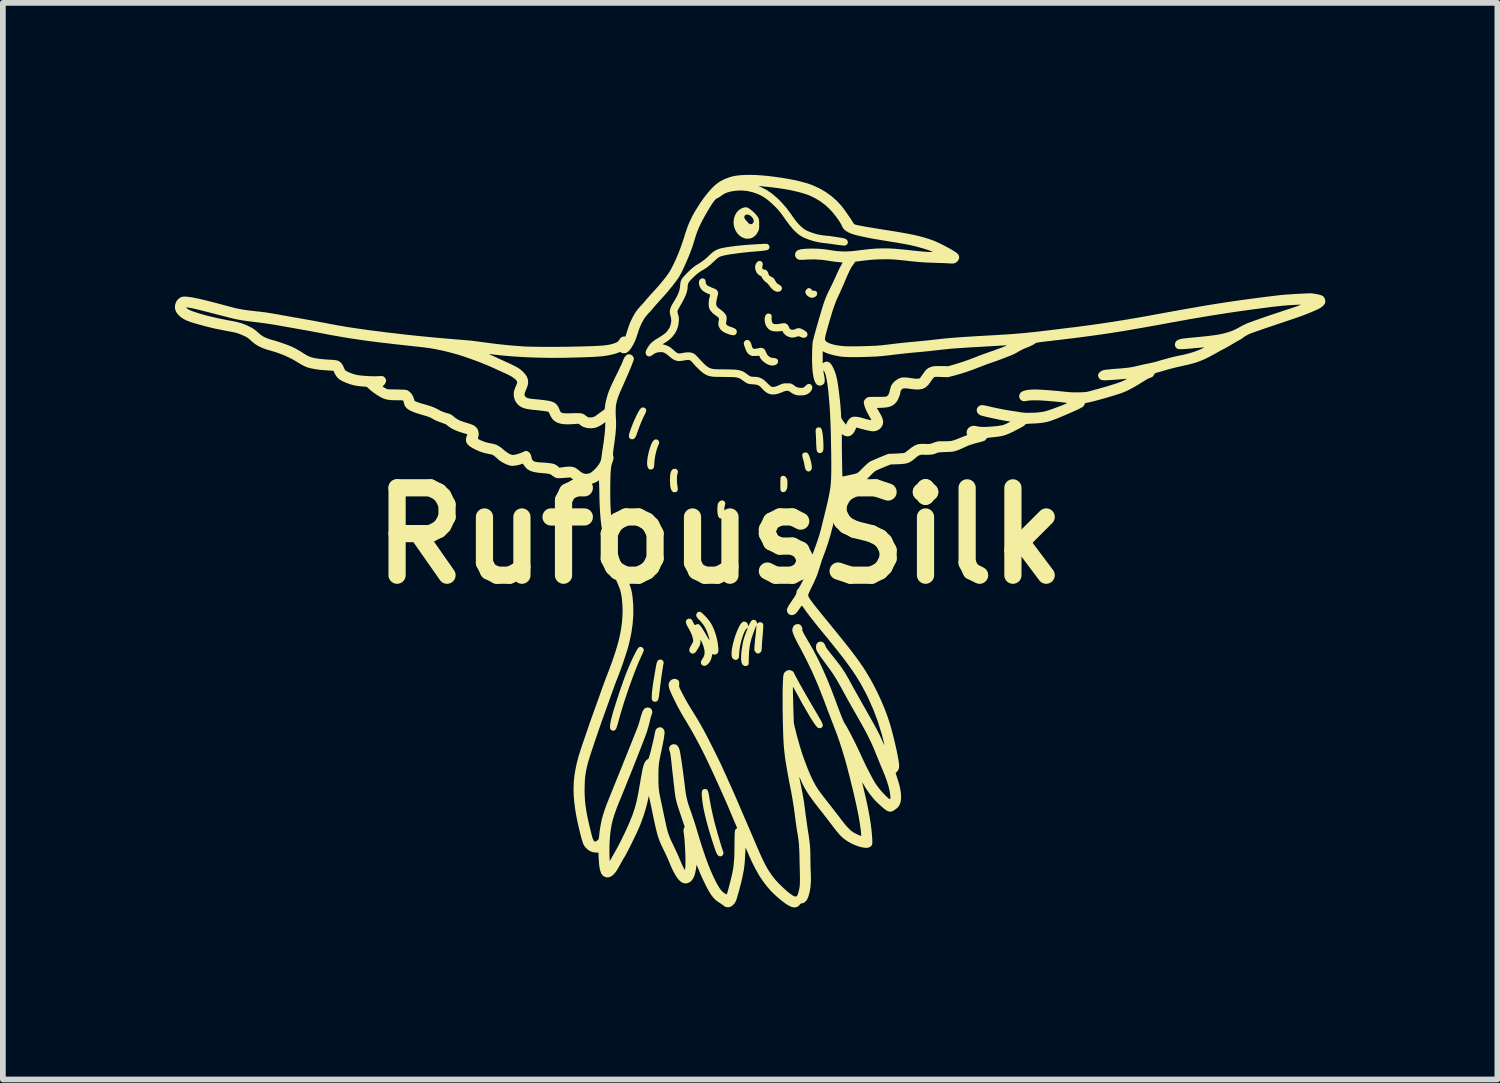
<source format=kicad_pcb>
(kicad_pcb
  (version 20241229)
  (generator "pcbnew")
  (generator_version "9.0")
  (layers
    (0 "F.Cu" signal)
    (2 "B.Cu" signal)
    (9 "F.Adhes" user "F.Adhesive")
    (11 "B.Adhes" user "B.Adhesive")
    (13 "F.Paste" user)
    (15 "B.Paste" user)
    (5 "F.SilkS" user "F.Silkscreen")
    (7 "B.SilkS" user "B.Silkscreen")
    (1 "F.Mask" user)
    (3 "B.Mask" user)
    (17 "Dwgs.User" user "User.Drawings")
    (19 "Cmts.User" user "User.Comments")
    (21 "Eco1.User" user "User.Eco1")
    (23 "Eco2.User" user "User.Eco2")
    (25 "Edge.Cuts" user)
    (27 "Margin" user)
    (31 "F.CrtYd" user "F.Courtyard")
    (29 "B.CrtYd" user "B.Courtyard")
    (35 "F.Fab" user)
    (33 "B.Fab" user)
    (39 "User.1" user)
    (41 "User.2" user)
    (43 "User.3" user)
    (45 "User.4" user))
  (footprint "RufousSilk"
    (layer "F.Cu")
    (at 9.5 6.293)
    (property "Reference" "RufousSilk" (at 0 0 0) (layer "F.SilkS") (effects (font (size 1.524 1.524) (thickness 0.3))))
    (attr board_only exclude_from_pos_files exclude_from_bom)
    (fp_poly (pts (xy 1.529 -1.445) (xy 1.544 -1.43) (xy 1.56 -1.401) (xy 1.576 -1.358) (xy 1.587 -1.319) (xy 1.601 -1.262) (xy 1.608 -1.215) (xy 1.609 -1.179) (xy 1.602 -1.153) (xy 1.589 -1.135) (xy 1.573 -1.125) (xy 1.552 -1.119) (xy 1.536 -1.122) (xy 1.52 -1.132) (xy 1.507 -1.145) (xy 1.498 -1.161) (xy 1.49 -1.184) (xy 1.483 -1.217) (xy 1.48 -1.237) (xy 1.473 -1.271) (xy 1.464 -1.31) (xy 1.454 -1.342) (xy 1.445 -1.379) (xy 1.442 -1.406) (xy 1.447 -1.426) (xy 1.459 -1.44) (xy 1.461 -1.442) (xy 1.484 -1.451) (xy 1.511 -1.451)) (stroke (width 0) (type solid)) (fill yes) (layer "F.SilkS"))
    (fp_poly (pts (xy 1.568 -4.317) (xy 1.581 -4.312) (xy 1.598 -4.301) (xy 1.608 -4.288) (xy 1.608 -4.287) (xy 1.618 -4.275) (xy 1.628 -4.273) (xy 1.662 -4.272) (xy 1.686 -4.262) (xy 1.699 -4.243) (xy 1.702 -4.22) (xy 1.696 -4.193) (xy 1.677 -4.172) (xy 1.648 -4.157) (xy 1.642 -4.155) (xy 1.622 -4.15) (xy 1.607 -4.149) (xy 1.592 -4.152) (xy 1.575 -4.158) (xy 1.541 -4.176) (xy 1.515 -4.202) (xy 1.5 -4.232) (xy 1.495 -4.252) (xy 1.499 -4.268) (xy 1.505 -4.281) (xy 1.52 -4.299) (xy 1.537 -4.313) (xy 1.538 -4.313) (xy 1.554 -4.319)) (stroke (width 0) (type solid)) (fill yes) (layer "F.SilkS"))
    (fp_poly (pts (xy 1.143 -1.035) (xy 1.163 -1.012) (xy 1.168 -1.005) (xy 1.175 -0.99) (xy 1.18 -0.975) (xy 1.183 -0.956) (xy 1.184 -0.929) (xy 1.184 -0.903) (xy 1.182 -0.853) (xy 1.174 -0.815) (xy 1.162 -0.788) (xy 1.144 -0.77) (xy 1.136 -0.766) (xy 1.116 -0.759) (xy 1.099 -0.76) (xy 1.086 -0.766) (xy 1.072 -0.776) (xy 1.066 -0.784) (xy 1.063 -0.797) (xy 1.062 -0.82) (xy 1.06 -0.85) (xy 1.06 -0.885) (xy 1.06 -0.921) (xy 1.061 -0.956) (xy 1.062 -0.987) (xy 1.064 -1.01) (xy 1.066 -1.023) (xy 1.067 -1.024) (xy 1.079 -1.034) (xy 1.093 -1.042) (xy 1.119 -1.045)) (stroke (width 0) (type solid)) (fill yes) (layer "F.SilkS"))
    (fp_poly (pts (xy 0.052 -0.615) (xy 0.079 -0.604) (xy 0.095 -0.585) (xy 0.101 -0.56) (xy 0.094 -0.53) (xy 0.089 -0.514) (xy 0.085 -0.492) (xy 0.084 -0.463) (xy 0.084 -0.423) (xy 0.085 -0.419) (xy 0.085 -0.383) (xy 0.085 -0.358) (xy 0.084 -0.342) (xy 0.08 -0.331) (xy 0.075 -0.323) (xy 0.07 -0.316) (xy 0.048 -0.302) (xy 0.022 -0.299) (xy -0.001 -0.306) (xy -0.01 -0.316) (xy -0.021 -0.334) (xy -0.025 -0.346) (xy -0.032 -0.372) (xy -0.036 -0.407) (xy -0.038 -0.446) (xy -0.038 -0.487) (xy -0.035 -0.524) (xy -0.03 -0.553) (xy -0.026 -0.564) (xy -0.01 -0.589) (xy 0.013 -0.607) (xy 0.038 -0.615)) (stroke (width 0) (type solid)) (fill yes) (layer "F.SilkS"))
    (fp_poly (pts (xy -1.088 -1.676) (xy -1.075 -1.668) (xy -1.057 -1.646) (xy -1.052 -1.621) (xy -1.061 -1.593) (xy -1.062 -1.592) (xy -1.079 -1.552) (xy -1.095 -1.503) (xy -1.11 -1.447) (xy -1.123 -1.388) (xy -1.132 -1.33) (xy -1.137 -1.278) (xy -1.139 -1.24) (xy -1.141 -1.213) (xy -1.145 -1.194) (xy -1.149 -1.182) (xy -1.156 -1.172) (xy -1.16 -1.167) (xy -1.179 -1.157) (xy -1.203 -1.153) (xy -1.226 -1.158) (xy -1.232 -1.162) (xy -1.249 -1.184) (xy -1.26 -1.217) (xy -1.264 -1.262) (xy -1.261 -1.317) (xy -1.252 -1.382) (xy -1.235 -1.457) (xy -1.222 -1.506) (xy -1.202 -1.568) (xy -1.181 -1.617) (xy -1.159 -1.652) (xy -1.136 -1.673) (xy -1.112 -1.681)) (stroke (width 0) (type solid)) (fill yes) (layer "F.SilkS"))
    (fp_poly (pts (xy -0.752 -1.16) (xy -0.734 -1.142) (xy -0.733 -1.139) (xy -0.727 -1.126) (xy -0.726 -1.113) (xy -0.729 -1.096) (xy -0.734 -1.079) (xy -0.741 -1.041) (xy -0.744 -0.993) (xy -0.743 -0.94) (xy -0.737 -0.886) (xy -0.734 -0.865) (xy -0.729 -0.824) (xy -0.73 -0.794) (xy -0.74 -0.773) (xy -0.757 -0.762) (xy -0.783 -0.757) (xy -0.788 -0.757) (xy -0.81 -0.761) (xy -0.826 -0.775) (xy -0.841 -0.798) (xy -0.852 -0.825) (xy -0.859 -0.859) (xy -0.863 -0.902) (xy -0.865 -0.955) (xy -0.865 -0.966) (xy -0.864 -1.023) (xy -0.86 -1.068) (xy -0.853 -1.103) (xy -0.842 -1.129) (xy -0.828 -1.149) (xy -0.825 -1.152) (xy -0.801 -1.166) (xy -0.776 -1.168)) (stroke (width 0) (type solid)) (fill yes) (layer "F.SilkS"))
    (fp_poly (pts (xy 1.757 -1.884) (xy 1.77 -1.874) (xy 1.78 -1.856) (xy 1.789 -1.826) (xy 1.797 -1.784) (xy 1.803 -1.731) (xy 1.808 -1.669) (xy 1.811 -1.611) (xy 1.812 -1.56) (xy 1.812 -1.521) (xy 1.808 -1.493) (xy 1.802 -1.472) (xy 1.792 -1.458) (xy 1.778 -1.449) (xy 1.77 -1.446) (xy 1.753 -1.44) (xy 1.742 -1.439) (xy 1.73 -1.444) (xy 1.722 -1.449) (xy 1.711 -1.456) (xy 1.703 -1.467) (xy 1.697 -1.482) (xy 1.692 -1.504) (xy 1.689 -1.535) (xy 1.687 -1.577) (xy 1.685 -1.615) (xy 1.684 -1.66) (xy 1.682 -1.705) (xy 1.68 -1.746) (xy 1.678 -1.78) (xy 1.677 -1.792) (xy 1.675 -1.822) (xy 1.676 -1.841) (xy 1.678 -1.855) (xy 1.684 -1.865) (xy 1.688 -1.871) (xy 1.708 -1.886) (xy 1.732 -1.89)) (stroke (width 0) (type solid)) (fill yes) (layer "F.SilkS"))
    (fp_poly (pts (xy -1.308 -2.231) (xy -1.288 -2.215) (xy -1.279 -2.192) (xy -1.278 -2.184) (xy -1.282 -2.168) (xy -1.29 -2.144) (xy -1.303 -2.116) (xy -1.309 -2.104) (xy -1.329 -2.065) (xy -1.351 -2.016) (xy -1.374 -1.961) (xy -1.397 -1.903) (xy -1.419 -1.844) (xy -1.438 -1.79) (xy -1.438 -1.789) (xy -1.454 -1.745) (xy -1.47 -1.714) (xy -1.487 -1.694) (xy -1.506 -1.684) (xy -1.523 -1.681) (xy -1.544 -1.684) (xy -1.561 -1.692) (xy -1.576 -1.708) (xy -1.581 -1.732) (xy -1.579 -1.765) (xy -1.567 -1.807) (xy -1.567 -1.808) (xy -1.548 -1.861) (xy -1.527 -1.917) (xy -1.504 -1.973) (xy -1.48 -2.029) (xy -1.456 -2.081) (xy -1.433 -2.128) (xy -1.412 -2.167) (xy -1.394 -2.196) (xy -1.383 -2.211) (xy -1.366 -2.228) (xy -1.351 -2.235) (xy -1.334 -2.237)) (stroke (width 0) (type solid)) (fill yes) (layer "F.SilkS"))
    (fp_poly (pts (xy -0.239 4.42) (xy -0.226 4.424) (xy -0.215 4.432) (xy -0.206 4.447) (xy -0.198 4.469) (xy -0.19 4.501) (xy -0.182 4.544) (xy -0.174 4.593) (xy -0.149 4.728) (xy -0.12 4.862) (xy -0.087 5.002) (xy -0.07 5.065) (xy -0.055 5.118) (xy -0.04 5.175) (xy -0.023 5.232) (xy -0.007 5.287) (xy 0.009 5.34) (xy 0.023 5.388) (xy 0.036 5.43) (xy 0.047 5.463) (xy 0.055 5.486) (xy 0.059 5.496) (xy 0.068 5.524) (xy 0.066 5.55) (xy 0.056 5.571) (xy 0.04 5.586) (xy 0.019 5.593) (xy -0.004 5.591) (xy -0.026 5.577) (xy -0.03 5.573) (xy -0.038 5.564) (xy -0.046 5.55) (xy -0.055 5.531) (xy -0.065 5.505) (xy -0.078 5.472) (xy -0.092 5.43) (xy -0.11 5.377) (xy -0.13 5.313) (xy -0.139 5.286) (xy -0.186 5.133) (xy -0.225 4.992) (xy -0.257 4.863) (xy -0.282 4.745) (xy -0.299 4.639) (xy -0.309 4.544) (xy -0.31 4.542) (xy -0.311 4.496) (xy -0.308 4.462) (xy -0.299 4.439) (xy -0.284 4.425) (xy -0.262 4.419) (xy -0.255 4.419)) (stroke (width 0) (type solid)) (fill yes) (layer "F.SilkS"))
    (fp_poly (pts (xy -1.013 2.163) (xy -0.996 2.171) (xy -0.984 2.187) (xy -0.982 2.19) (xy -0.976 2.207) (xy -0.976 2.224) (xy -0.979 2.243) (xy -0.984 2.265) (xy -0.989 2.299) (xy -0.996 2.342) (xy -1.004 2.392) (xy -1.012 2.447) (xy -1.02 2.505) (xy -1.027 2.563) (xy -1.035 2.619) (xy -1.041 2.67) (xy -1.042 2.682) (xy -1.049 2.737) (xy -1.054 2.781) (xy -1.06 2.814) (xy -1.065 2.839) (xy -1.071 2.857) (xy -1.077 2.87) (xy -1.085 2.88) (xy -1.086 2.881) (xy -1.106 2.895) (xy -1.131 2.897) (xy -1.155 2.889) (xy -1.167 2.88) (xy -1.175 2.87) (xy -1.18 2.859) (xy -1.182 2.844) (xy -1.183 2.82) (xy -1.182 2.801) (xy -1.181 2.769) (xy -1.178 2.728) (xy -1.174 2.685) (xy -1.17 2.657) (xy -1.166 2.626) (xy -1.16 2.586) (xy -1.153 2.54) (xy -1.145 2.489) (xy -1.136 2.438) (xy -1.128 2.387) (xy -1.119 2.338) (xy -1.112 2.295) (xy -1.105 2.26) (xy -1.1 2.234) (xy -1.097 2.222) (xy -1.084 2.19) (xy -1.066 2.169) (xy -1.042 2.161) (xy -1.039 2.161)) (stroke (width 0) (type solid)) (fill yes) (layer "F.SilkS"))
    (fp_poly (pts (xy -1.367 1.941) (xy -1.352 1.946) (xy -1.335 1.96) (xy -1.323 1.981) (xy -1.32 1.997) (xy -1.323 2.006) (xy -1.331 2.026) (xy -1.342 2.053) (xy -1.357 2.086) (xy -1.368 2.11) (xy -1.407 2.197) (xy -1.448 2.296) (xy -1.49 2.404) (xy -1.533 2.519) (xy -1.576 2.639) (xy -1.618 2.762) (xy -1.659 2.885) (xy -1.697 3.007) (xy -1.732 3.125) (xy -1.762 3.233) (xy -1.775 3.283) (xy -1.787 3.321) (xy -1.797 3.35) (xy -1.806 3.37) (xy -1.815 3.383) (xy -1.825 3.392) (xy -1.836 3.397) (xy -1.837 3.397) (xy -1.851 3.402) (xy -1.858 3.404) (xy -1.858 3.404) (xy -1.864 3.401) (xy -1.876 3.397) (xy -1.893 3.386) (xy -1.903 3.375) (xy -1.909 3.358) (xy -1.911 3.334) (xy -1.909 3.301) (xy -1.903 3.259) (xy -1.892 3.208) (xy -1.876 3.146) (xy -1.856 3.074) (xy -1.831 2.991) (xy -1.801 2.897) (xy -1.766 2.79) (xy -1.762 2.776) (xy -1.726 2.67) (xy -1.693 2.576) (xy -1.663 2.491) (xy -1.634 2.413) (xy -1.605 2.341) (xy -1.576 2.272) (xy -1.546 2.205) (xy -1.515 2.136) (xy -1.494 2.094) (xy -1.469 2.043) (xy -1.447 2.003) (xy -1.429 1.973) (xy -1.413 1.954) (xy -1.398 1.942) (xy -1.383 1.938)) (stroke (width 0) (type solid)) (fill yes) (layer "F.SilkS"))
    (fp_poly (pts (xy 0.733 -4.781) (xy 0.748 -4.762) (xy 0.755 -4.738) (xy 0.751 -4.714) (xy 0.744 -4.683) (xy 0.747 -4.66) (xy 0.761 -4.646) (xy 0.785 -4.641) (xy 0.787 -4.641) (xy 0.811 -4.634) (xy 0.832 -4.615) (xy 0.847 -4.585) (xy 0.851 -4.575) (xy 0.857 -4.555) (xy 0.865 -4.541) (xy 0.877 -4.53) (xy 0.897 -4.519) (xy 0.905 -4.514) (xy 0.932 -4.499) (xy 0.949 -4.484) (xy 0.962 -4.465) (xy 0.963 -4.462) (xy 0.98 -4.432) (xy 0.994 -4.411) (xy 1.009 -4.396) (xy 1.028 -4.384) (xy 1.036 -4.38) (xy 1.066 -4.36) (xy 1.084 -4.337) (xy 1.088 -4.311) (xy 1.084 -4.294) (xy 1.067 -4.27) (xy 1.042 -4.257) (xy 1.011 -4.254) (xy 0.985 -4.259) (xy 0.952 -4.274) (xy 0.918 -4.301) (xy 0.887 -4.334) (xy 0.872 -4.355) (xy 0.843 -4.393) (xy 0.813 -4.419) (xy 0.81 -4.421) (xy 0.791 -4.436) (xy 0.772 -4.456) (xy 0.754 -4.478) (xy 0.741 -4.498) (xy 0.736 -4.513) (xy 0.731 -4.52) (xy 0.716 -4.53) (xy 0.708 -4.533) (xy 0.673 -4.557) (xy 0.645 -4.591) (xy 0.629 -4.628) (xy 0.622 -4.656) (xy 0.619 -4.676) (xy 0.621 -4.697) (xy 0.626 -4.721) (xy 0.639 -4.751) (xy 0.658 -4.775) (xy 0.681 -4.79) (xy 0.686 -4.791) (xy 0.711 -4.791)) (stroke (width 0) (type solid)) (fill yes) (layer "F.SilkS"))
    (fp_poly (pts (xy 0.51 -3.408) (xy 0.532 -3.388) (xy 0.548 -3.357) (xy 0.553 -3.342) (xy 0.563 -3.307) (xy 0.572 -3.282) (xy 0.582 -3.268) (xy 0.592 -3.261) (xy 0.606 -3.258) (xy 0.607 -3.258) (xy 0.627 -3.26) (xy 0.653 -3.264) (xy 0.678 -3.269) (xy 0.704 -3.275) (xy 0.722 -3.277) (xy 0.737 -3.275) (xy 0.754 -3.269) (xy 0.755 -3.269) (xy 0.775 -3.259) (xy 0.788 -3.245) (xy 0.799 -3.225) (xy 0.815 -3.191) (xy 0.827 -3.166) (xy 0.838 -3.149) (xy 0.85 -3.136) (xy 0.864 -3.125) (xy 0.867 -3.123) (xy 0.889 -3.11) (xy 0.912 -3.103) (xy 0.941 -3.1) (xy 0.978 -3.094) (xy 1.004 -3.081) (xy 1.018 -3.06) (xy 1.021 -3.038) (xy 1.015 -3.012) (xy 0.998 -2.991) (xy 0.972 -2.976) (xy 0.94 -2.968) (xy 0.903 -2.969) (xy 0.864 -2.977) (xy 0.862 -2.978) (xy 0.819 -2.998) (xy 0.778 -3.025) (xy 0.743 -3.057) (xy 0.715 -3.091) (xy 0.705 -3.11) (xy 0.693 -3.138) (xy 0.629 -3.135) (xy 0.597 -3.134) (xy 0.575 -3.134) (xy 0.558 -3.138) (xy 0.542 -3.144) (xy 0.537 -3.146) (xy 0.501 -3.172) (xy 0.472 -3.209) (xy 0.452 -3.255) (xy 0.452 -3.255) (xy 0.443 -3.282) (xy 0.434 -3.307) (xy 0.428 -3.321) (xy 0.422 -3.35) (xy 0.427 -3.377) (xy 0.441 -3.398) (xy 0.464 -3.411) (xy 0.483 -3.414)) (stroke (width 0) (type solid)) (fill yes) (layer "F.SilkS"))
    (fp_poly (pts (xy 0.48 -5.725) (xy 0.504 -5.714) (xy 0.533 -5.694) (xy 0.566 -5.669) (xy 0.598 -5.639) (xy 0.629 -5.608) (xy 0.654 -5.578) (xy 0.672 -5.551) (xy 0.674 -5.547) (xy 0.682 -5.531) (xy 0.687 -5.515) (xy 0.689 -5.496) (xy 0.691 -5.471) (xy 0.691 -5.436) (xy 0.691 -5.429) (xy 0.691 -5.393) (xy 0.69 -5.366) (xy 0.687 -5.346) (xy 0.683 -5.33) (xy 0.675 -5.312) (xy 0.673 -5.307) (xy 0.644 -5.258) (xy 0.607 -5.22) (xy 0.566 -5.194) (xy 0.519 -5.181) (xy 0.468 -5.18) (xy 0.439 -5.186) (xy 0.39 -5.205) (xy 0.346 -5.235) (xy 0.309 -5.275) (xy 0.279 -5.322) (xy 0.258 -5.374) (xy 0.246 -5.43) (xy 0.245 -5.488) (xy 0.255 -5.545) (xy 0.256 -5.549) (xy 0.262 -5.565) (xy 0.432 -5.565) (xy 0.432 -5.543) (xy 0.445 -5.519) (xy 0.464 -5.496) (xy 0.483 -5.476) (xy 0.499 -5.458) (xy 0.509 -5.447) (xy 0.528 -5.435) (xy 0.55 -5.433) (xy 0.572 -5.441) (xy 0.583 -5.451) (xy 0.595 -5.475) (xy 0.595 -5.501) (xy 0.583 -5.532) (xy 0.582 -5.533) (xy 0.561 -5.561) (xy 0.536 -5.582) (xy 0.509 -5.596) (xy 0.482 -5.601) (xy 0.459 -5.597) (xy 0.443 -5.586) (xy 0.432 -5.565) (xy 0.262 -5.565) (xy 0.267 -5.58) (xy 0.282 -5.611) (xy 0.294 -5.632) (xy 0.323 -5.666) (xy 0.358 -5.694) (xy 0.396 -5.714) (xy 0.434 -5.726) (xy 0.47 -5.727)) (stroke (width 0) (type solid)) (fill yes) (layer "F.SilkS"))
    (fp_poly (pts (xy 0.887 -3.866) (xy 0.893 -3.862) (xy 0.903 -3.852) (xy 0.909 -3.842) (xy 0.91 -3.827) (xy 0.908 -3.806) (xy 0.908 -3.764) (xy 0.914 -3.73) (xy 0.926 -3.706) (xy 0.931 -3.701) (xy 0.952 -3.692) (xy 0.985 -3.689) (xy 1.029 -3.692) (xy 1.074 -3.7) (xy 1.107 -3.705) (xy 1.131 -3.706) (xy 1.149 -3.703) (xy 1.151 -3.703) (xy 1.177 -3.688) (xy 1.199 -3.664) (xy 1.212 -3.636) (xy 1.212 -3.633) (xy 1.224 -3.61) (xy 1.244 -3.596) (xy 1.271 -3.591) (xy 1.302 -3.596) (xy 1.326 -3.605) (xy 1.356 -3.617) (xy 1.385 -3.62) (xy 1.416 -3.613) (xy 1.452 -3.596) (xy 1.466 -3.588) (xy 1.498 -3.568) (xy 1.519 -3.55) (xy 1.528 -3.536) (xy 1.534 -3.508) (xy 1.527 -3.484) (xy 1.511 -3.465) (xy 1.487 -3.453) (xy 1.458 -3.451) (xy 1.449 -3.453) (xy 1.428 -3.46) (xy 1.405 -3.469) (xy 1.405 -3.47) (xy 1.389 -3.476) (xy 1.376 -3.478) (xy 1.358 -3.474) (xy 1.349 -3.471) (xy 1.314 -3.461) (xy 1.286 -3.456) (xy 1.261 -3.456) (xy 1.235 -3.459) (xy 1.234 -3.46) (xy 1.19 -3.474) (xy 1.151 -3.498) (xy 1.12 -3.529) (xy 1.113 -3.54) (xy 1.094 -3.571) (xy 1.056 -3.566) (xy 0.998 -3.562) (xy 0.946 -3.565) (xy 0.905 -3.574) (xy 0.867 -3.594) (xy 0.835 -3.624) (xy 0.81 -3.663) (xy 0.793 -3.709) (xy 0.786 -3.758) (xy 0.788 -3.804) (xy 0.798 -3.836) (xy 0.815 -3.86) (xy 0.837 -3.873) (xy 0.862 -3.875)) (stroke (width 0) (type solid)) (fill yes) (layer "F.SilkS"))
    (fp_poly (pts (xy -0.268 -4.48) (xy -0.251 -4.463) (xy -0.243 -4.437) (xy -0.242 -4.426) (xy -0.238 -4.398) (xy -0.226 -4.378) (xy -0.218 -4.37) (xy -0.209 -4.363) (xy -0.198 -4.355) (xy -0.18 -4.347) (xy -0.155 -4.336) (xy -0.12 -4.321) (xy -0.102 -4.314) (xy -0.074 -4.302) (xy -0.057 -4.293) (xy -0.046 -4.283) (xy -0.038 -4.27) (xy -0.034 -4.262) (xy -0.028 -4.249) (xy -0.025 -4.237) (xy -0.025 -4.225) (xy -0.028 -4.207) (xy -0.035 -4.182) (xy -0.039 -4.164) (xy -0.047 -4.129) (xy -0.054 -4.094) (xy -0.058 -4.064) (xy -0.058 -4.053) (xy -0.057 -4.026) (xy -0.051 -4.006) (xy -0.039 -3.987) (xy -0.018 -3.969) (xy 0.007 -3.951) (xy 0.044 -3.923) (xy 0.077 -3.892) (xy 0.102 -3.862) (xy 0.113 -3.846) (xy 0.121 -3.823) (xy 0.124 -3.793) (xy 0.121 -3.756) (xy 0.114 -3.712) (xy 0.114 -3.692) (xy 0.126 -3.675) (xy 0.148 -3.66) (xy 0.171 -3.651) (xy 0.211 -3.636) (xy 0.241 -3.625) (xy 0.261 -3.616) (xy 0.274 -3.608) (xy 0.283 -3.601) (xy 0.289 -3.593) (xy 0.294 -3.584) (xy 0.301 -3.566) (xy 0.302 -3.552) (xy 0.296 -3.535) (xy 0.296 -3.534) (xy 0.284 -3.513) (xy 0.268 -3.501) (xy 0.246 -3.496) (xy 0.217 -3.498) (xy 0.178 -3.508) (xy 0.147 -3.518) (xy 0.098 -3.538) (xy 0.061 -3.558) (xy 0.032 -3.582) (xy 0.009 -3.609) (xy 0.002 -3.62) (xy -0.012 -3.646) (xy -0.019 -3.669) (xy -0.021 -3.695) (xy -0.021 -3.696) (xy -0.019 -3.723) (xy -0.016 -3.75) (xy -0.013 -3.761) (xy -0.01 -3.777) (xy -0.012 -3.791) (xy -0.021 -3.804) (xy -0.038 -3.819) (xy -0.065 -3.839) (xy -0.07 -3.842) (xy -0.119 -3.881) (xy -0.156 -3.922) (xy -0.175 -3.953) (xy -0.185 -3.984) (xy -0.19 -4.025) (xy -0.189 -4.07) (xy -0.184 -4.117) (xy -0.175 -4.157) (xy -0.168 -4.182) (xy -0.165 -4.196) (xy -0.166 -4.204) (xy -0.171 -4.208) (xy -0.173 -4.208) (xy -0.208 -4.223) (xy -0.244 -4.24) (xy -0.274 -4.258) (xy -0.294 -4.273) (xy -0.323 -4.304) (xy -0.344 -4.34) (xy -0.357 -4.378) (xy -0.361 -4.415) (xy -0.354 -4.447) (xy -0.352 -4.452) (xy -0.334 -4.475) (xy -0.312 -4.487) (xy -0.289 -4.488)) (stroke (width 0) (type solid)) (fill yes) (layer "F.SilkS"))
    (fp_poly (pts (xy -0.338 1.328) (xy -0.327 1.333) (xy -0.314 1.342) (xy -0.296 1.358) (xy -0.271 1.382) (xy -0.258 1.395) (xy -0.208 1.449) (xy -0.167 1.503) (xy -0.132 1.56) (xy -0.101 1.627) (xy -0.094 1.645) (xy -0.076 1.694) (xy -0.06 1.746) (xy -0.046 1.801) (xy -0.035 1.855) (xy -0.027 1.906) (xy -0.022 1.953) (xy -0.02 1.993) (xy -0.023 2.024) (xy -0.03 2.044) (xy -0.03 2.045) (xy -0.05 2.064) (xy -0.076 2.074) (xy -0.103 2.072) (xy -0.104 2.071) (xy -0.117 2.067) (xy -0.125 2.069) (xy -0.129 2.077) (xy -0.133 2.096) (xy -0.135 2.108) (xy -0.147 2.151) (xy -0.164 2.19) (xy -0.186 2.222) (xy -0.212 2.248) (xy -0.239 2.265) (xy -0.266 2.271) (xy -0.292 2.265) (xy -0.295 2.263) (xy -0.317 2.244) (xy -0.326 2.22) (xy -0.323 2.192) (xy -0.308 2.162) (xy -0.302 2.154) (xy -0.276 2.111) (xy -0.262 2.065) (xy -0.262 2.014) (xy -0.263 2.002) (xy -0.282 1.923) (xy -0.313 1.848) (xy -0.315 1.844) (xy -0.333 1.81) (xy -0.333 1.846) (xy -0.335 1.871) (xy -0.339 1.894) (xy -0.341 1.901) (xy -0.35 1.922) (xy -0.365 1.95) (xy -0.383 1.979) (xy -0.401 2.008) (xy -0.417 2.03) (xy -0.423 2.037) (xy -0.446 2.053) (xy -0.472 2.057) (xy -0.498 2.048) (xy -0.51 2.039) (xy -0.525 2.018) (xy -0.528 1.993) (xy -0.521 1.961) (xy -0.502 1.923) (xy -0.491 1.904) (xy -0.474 1.875) (xy -0.463 1.852) (xy -0.46 1.832) (xy -0.462 1.809) (xy -0.469 1.78) (xy -0.469 1.779) (xy -0.481 1.738) (xy -0.499 1.696) (xy -0.522 1.649) (xy -0.549 1.601) (xy -0.571 1.56) (xy -0.584 1.527) (xy -0.588 1.5) (xy -0.582 1.479) (xy -0.568 1.462) (xy -0.543 1.448) (xy -0.517 1.447) (xy -0.493 1.458) (xy -0.489 1.462) (xy -0.478 1.476) (xy -0.472 1.486) (xy -0.472 1.486) (xy -0.469 1.496) (xy -0.46 1.513) (xy -0.451 1.528) (xy -0.439 1.548) (xy -0.431 1.557) (xy -0.424 1.558) (xy -0.415 1.553) (xy -0.415 1.553) (xy -0.39 1.543) (xy -0.364 1.545) (xy -0.355 1.549) (xy -0.344 1.559) (xy -0.327 1.581) (xy -0.305 1.612) (xy -0.28 1.652) (xy -0.251 1.7) (xy -0.224 1.747) (xy -0.204 1.782) (xy -0.189 1.805) (xy -0.18 1.816) (xy -0.177 1.814) (xy -0.178 1.8) (xy -0.186 1.773) (xy -0.198 1.734) (xy -0.202 1.72) (xy -0.228 1.652) (xy -0.257 1.594) (xy -0.291 1.542) (xy -0.333 1.492) (xy -0.341 1.483) (xy -0.371 1.452) (xy -0.391 1.427) (xy -0.403 1.408) (xy -0.407 1.391) (xy -0.406 1.375) (xy -0.403 1.365) (xy -0.389 1.342) (xy -0.367 1.329) (xy -0.349 1.327)) (stroke (width 0) (type solid)) (fill yes) (layer "F.SilkS"))
    (fp_poly (pts (xy 0.621 1.472) (xy 0.64 1.49) (xy 0.651 1.515) (xy 0.655 1.535) (xy 0.672 1.521) (xy 0.697 1.509) (xy 0.723 1.51) (xy 0.747 1.524) (xy 0.748 1.525) (xy 0.753 1.531) (xy 0.757 1.537) (xy 0.76 1.545) (xy 0.762 1.556) (xy 0.763 1.572) (xy 0.762 1.594) (xy 0.761 1.624) (xy 0.758 1.662) (xy 0.754 1.711) (xy 0.749 1.772) (xy 0.746 1.799) (xy 0.743 1.841) (xy 0.74 1.882) (xy 0.738 1.917) (xy 0.737 1.943) (xy 0.737 1.953) (xy 0.735 1.979) (xy 0.731 2.004) (xy 0.729 2.014) (xy 0.715 2.035) (xy 0.693 2.051) (xy 0.668 2.056) (xy 0.649 2.051) (xy 0.63 2.035) (xy 0.615 2.015) (xy 0.607 1.996) (xy 0.607 1.982) (xy 0.607 1.956) (xy 0.61 1.922) (xy 0.613 1.882) (xy 0.617 1.838) (xy 0.617 1.835) (xy 0.626 1.757) (xy 0.633 1.692) (xy 0.638 1.64) (xy 0.641 1.602) (xy 0.643 1.577) (xy 0.643 1.566) (xy 0.643 1.565) (xy 0.64 1.57) (xy 0.633 1.586) (xy 0.623 1.61) (xy 0.612 1.64) (xy 0.599 1.674) (xy 0.586 1.708) (xy 0.575 1.741) (xy 0.564 1.771) (xy 0.557 1.794) (xy 0.556 1.796) (xy 0.531 1.897) (xy 0.516 2.009) (xy 0.51 2.119) (xy 0.51 2.165) (xy 0.509 2.198) (xy 0.508 2.222) (xy 0.507 2.238) (xy 0.505 2.247) (xy 0.502 2.253) (xy 0.498 2.256) (xy 0.493 2.26) (xy 0.492 2.261) (xy 0.466 2.273) (xy 0.443 2.274) (xy 0.427 2.269) (xy 0.405 2.254) (xy 0.389 2.229) (xy 0.38 2.194) (xy 0.375 2.147) (xy 0.375 2.129) (xy 0.377 2.079) (xy 0.382 2.02) (xy 0.391 1.958) (xy 0.401 1.897) (xy 0.412 1.842) (xy 0.42 1.811) (xy 0.432 1.772) (xy 0.448 1.725) (xy 0.466 1.676) (xy 0.484 1.631) (xy 0.49 1.615) (xy 0.493 1.608) (xy 0.489 1.608) (xy 0.477 1.617) (xy 0.474 1.619) (xy 0.455 1.64) (xy 0.436 1.673) (xy 0.417 1.716) (xy 0.399 1.767) (xy 0.382 1.823) (xy 0.367 1.882) (xy 0.355 1.943) (xy 0.347 2.003) (xy 0.343 2.055) (xy 0.34 2.089) (xy 0.338 2.113) (xy 0.335 2.129) (xy 0.33 2.14) (xy 0.323 2.148) (xy 0.321 2.15) (xy 0.298 2.165) (xy 0.273 2.167) (xy 0.248 2.158) (xy 0.227 2.138) (xy 0.218 2.124) (xy 0.211 2.099) (xy 0.209 2.063) (xy 0.211 2.018) (xy 0.218 1.966) (xy 0.229 1.909) (xy 0.244 1.849) (xy 0.261 1.787) (xy 0.282 1.725) (xy 0.304 1.666) (xy 0.313 1.646) (xy 0.338 1.593) (xy 0.36 1.552) (xy 0.381 1.524) (xy 0.401 1.506) (xy 0.422 1.498) (xy 0.444 1.5) (xy 0.455 1.504) (xy 0.478 1.52) (xy 0.493 1.544) (xy 0.498 1.572) (xy 0.496 1.582) (xy 0.497 1.585) (xy 0.503 1.577) (xy 0.512 1.56) (xy 0.518 1.549) (xy 0.536 1.514) (xy 0.552 1.489) (xy 0.567 1.474) (xy 0.583 1.467) (xy 0.595 1.466)) (stroke (width 0) (type solid)) (fill yes) (layer "F.SilkS"))
    (fp_poly (pts (xy 0.821 -5.091) (xy 0.832 -5.089) (xy 0.84 -5.085) (xy 0.844 -5.083) (xy 0.863 -5.063) (xy 0.871 -5.04) (xy 0.869 -5.016) (xy 0.855 -4.995) (xy 0.841 -4.985) (xy 0.825 -4.98) (xy 0.797 -4.975) (xy 0.755 -4.969) (xy 0.701 -4.963) (xy 0.634 -4.958) (xy 0.581 -4.953) (xy 0.523 -4.949) (xy 0.461 -4.942) (xy 0.395 -4.935) (xy 0.329 -4.927) (xy 0.265 -4.918) (xy 0.204 -4.91) (xy 0.15 -4.901) (xy 0.105 -4.893) (xy 0.07 -4.885) (xy 0.064 -4.884) (xy 0.033 -4.875) (xy 0.008 -4.866) (xy -0.014 -4.855) (xy -0.035 -4.84) (xy -0.06 -4.819) (xy -0.09 -4.79) (xy -0.101 -4.78) (xy -0.159 -4.727) (xy -0.215 -4.683) (xy -0.27 -4.645) (xy -0.302 -4.627) (xy -0.332 -4.609) (xy -0.361 -4.589) (xy -0.391 -4.566) (xy -0.425 -4.536) (xy -0.465 -4.498) (xy -0.468 -4.495) (xy -0.502 -4.461) (xy -0.526 -4.434) (xy -0.542 -4.409) (xy -0.551 -4.386) (xy -0.555 -4.361) (xy -0.556 -4.346) (xy -0.56 -4.299) (xy -0.571 -4.247) (xy -0.592 -4.19) (xy -0.621 -4.127) (xy -0.659 -4.055) (xy -0.681 -4.018) (xy -0.699 -3.986) (xy -0.715 -3.958) (xy -0.727 -3.936) (xy -0.733 -3.922) (xy -0.734 -3.92) (xy -0.734 -3.906) (xy -0.73 -3.883) (xy -0.723 -3.857) (xy -0.722 -3.855) (xy -0.715 -3.829) (xy -0.71 -3.805) (xy -0.709 -3.779) (xy -0.71 -3.745) (xy -0.71 -3.739) (xy -0.721 -3.663) (xy -0.744 -3.591) (xy -0.78 -3.524) (xy -0.828 -3.463) (xy -0.888 -3.408) (xy -0.944 -3.37) (xy -0.995 -3.339) (xy -0.954 -3.328) (xy -0.917 -3.316) (xy -0.884 -3.3) (xy -0.852 -3.279) (xy -0.817 -3.251) (xy -0.798 -3.234) (xy -0.768 -3.207) (xy -0.744 -3.19) (xy -0.722 -3.18) (xy -0.7 -3.178) (xy -0.673 -3.181) (xy -0.65 -3.186) (xy -0.616 -3.192) (xy -0.578 -3.196) (xy -0.549 -3.198) (xy -0.502 -3.195) (xy -0.463 -3.183) (xy -0.427 -3.161) (xy -0.394 -3.129) (xy -0.345 -3.075) (xy -0.303 -3.031) (xy -0.268 -2.994) (xy -0.236 -2.966) (xy -0.207 -2.944) (xy -0.178 -2.927) (xy -0.147 -2.916) (xy -0.114 -2.908) (xy -0.075 -2.904) (xy -0.029 -2.902) (xy 0.026 -2.901) (xy 0.087 -2.901) (xy 0.16 -2.9) (xy 0.221 -2.898) (xy 0.272 -2.896) (xy 0.314 -2.891) (xy 0.35 -2.884) (xy 0.381 -2.875) (xy 0.408 -2.864) (xy 0.435 -2.849) (xy 0.462 -2.83) (xy 0.479 -2.817) (xy 0.507 -2.797) (xy 0.528 -2.784) (xy 0.546 -2.776) (xy 0.565 -2.773) (xy 0.589 -2.772) (xy 0.589 -2.772) (xy 0.644 -2.769) (xy 0.69 -2.76) (xy 0.732 -2.743) (xy 0.772 -2.717) (xy 0.813 -2.68) (xy 0.827 -2.667) (xy 0.852 -2.642) (xy 0.875 -2.621) (xy 0.894 -2.606) (xy 0.906 -2.598) (xy 0.928 -2.594) (xy 0.955 -2.596) (xy 0.989 -2.605) (xy 1.031 -2.622) (xy 1.046 -2.629) (xy 1.075 -2.642) (xy 1.098 -2.65) (xy 1.118 -2.655) (xy 1.142 -2.657) (xy 1.174 -2.657) (xy 1.178 -2.657) (xy 1.207 -2.657) (xy 1.23 -2.656) (xy 1.248 -2.652) (xy 1.267 -2.644) (xy 1.287 -2.631) (xy 1.314 -2.612) (xy 1.332 -2.598) (xy 1.353 -2.589) (xy 1.382 -2.582) (xy 1.413 -2.578) (xy 1.443 -2.578) (xy 1.455 -2.58) (xy 1.469 -2.587) (xy 1.488 -2.602) (xy 1.503 -2.616) (xy 1.523 -2.634) (xy 1.539 -2.644) (xy 1.555 -2.647) (xy 1.557 -2.647) (xy 1.584 -2.642) (xy 1.604 -2.626) (xy 1.611 -2.614) (xy 1.618 -2.587) (xy 1.613 -2.557) (xy 1.598 -2.527) (xy 1.574 -2.498) (xy 1.541 -2.474) (xy 1.532 -2.47) (xy 1.511 -2.46) (xy 1.491 -2.453) (xy 1.469 -2.45) (xy 1.441 -2.448) (xy 1.425 -2.447) (xy 1.384 -2.447) (xy 1.352 -2.45) (xy 1.324 -2.457) (xy 1.318 -2.459) (xy 1.29 -2.471) (xy 1.26 -2.488) (xy 1.241 -2.5) (xy 1.218 -2.517) (xy 1.196 -2.526) (xy 1.174 -2.528) (xy 1.147 -2.523) (xy 1.113 -2.512) (xy 1.089 -2.501) (xy 1.024 -2.477) (xy 0.965 -2.464) (xy 0.913 -2.463) (xy 0.865 -2.473) (xy 0.82 -2.495) (xy 0.777 -2.529) (xy 0.746 -2.561) (xy 0.719 -2.59) (xy 0.697 -2.61) (xy 0.675 -2.623) (xy 0.649 -2.632) (xy 0.616 -2.637) (xy 0.582 -2.64) (xy 0.542 -2.643) (xy 0.512 -2.648) (xy 0.486 -2.655) (xy 0.462 -2.668) (xy 0.434 -2.686) (xy 0.406 -2.706) (xy 0.384 -2.723) (xy 0.364 -2.736) (xy 0.343 -2.746) (xy 0.321 -2.754) (xy 0.296 -2.76) (xy 0.265 -2.764) (xy 0.227 -2.766) (xy 0.179 -2.768) (xy 0.121 -2.768) (xy 0.076 -2.769) (xy 0.01 -2.769) (xy -0.044 -2.77) (xy -0.088 -2.771) (xy -0.124 -2.774) (xy -0.154 -2.779) (xy -0.179 -2.784) (xy -0.203 -2.792) (xy -0.227 -2.802) (xy -0.252 -2.815) (xy -0.254 -2.816) (xy -0.279 -2.832) (xy -0.311 -2.857) (xy -0.346 -2.888) (xy -0.383 -2.923) (xy -0.419 -2.959) (xy -0.451 -2.995) (xy -0.46 -3.006) (xy -0.483 -3.033) (xy -0.502 -3.051) (xy -0.521 -3.061) (xy -0.544 -3.065) (xy -0.572 -3.064) (xy -0.611 -3.058) (xy -0.619 -3.056) (xy -0.662 -3.049) (xy -0.698 -3.046) (xy -0.725 -3.045) (xy -0.729 -3.046) (xy -0.777 -3.059) (xy -0.826 -3.086) (xy -0.875 -3.126) (xy -0.901 -3.149) (xy -0.929 -3.169) (xy -0.953 -3.185) (xy -0.958 -3.187) (xy -0.981 -3.197) (xy -1.001 -3.201) (xy -1.024 -3.202) (xy -1.045 -3.201) (xy -1.08 -3.197) (xy -1.109 -3.189) (xy -1.138 -3.174) (xy -1.171 -3.151) (xy -1.172 -3.15) (xy -1.203 -3.132) (xy -1.232 -3.126) (xy -1.257 -3.133) (xy -1.277 -3.153) (xy -1.282 -3.162) (xy -1.289 -3.181) (xy -1.289 -3.202) (xy -1.282 -3.227) (xy -1.267 -3.258) (xy -1.255 -3.279) (xy -1.232 -3.314) (xy -1.208 -3.345) (xy -1.181 -3.372) (xy -1.147 -3.399) (xy -1.104 -3.428) (xy -1.068 -3.449) (xy -1.033 -3.471) (xy -0.999 -3.493) (xy -0.97 -3.514) (xy -0.949 -3.53) (xy -0.943 -3.535) (xy -0.901 -3.583) (xy -0.869 -3.635) (xy -0.85 -3.691) (xy -0.842 -3.747) (xy -0.847 -3.803) (xy -0.855 -3.832) (xy -0.865 -3.871) (xy -0.868 -3.908) (xy -0.863 -3.946) (xy -0.849 -3.987) (xy -0.826 -4.034) (xy -0.801 -4.075) (xy -0.765 -4.135) (xy -0.736 -4.188) (xy -0.716 -4.235) (xy -0.701 -4.279) (xy -0.692 -4.323) (xy -0.688 -4.36) (xy -0.684 -4.397) (xy -0.68 -4.424) (xy -0.673 -4.447) (xy -0.663 -4.468) (xy -0.649 -4.49) (xy -0.626 -4.518) (xy -0.597 -4.55) (xy -0.563 -4.585) (xy -0.527 -4.62) (xy -0.492 -4.653) (xy -0.458 -4.681) (xy -0.429 -4.704) (xy -0.414 -4.714) (xy -0.359 -4.747) (xy -0.314 -4.777) (xy -0.275 -4.805) (xy -0.238 -4.835) (xy -0.201 -4.868) (xy -0.183 -4.886) (xy -0.142 -4.924) (xy -0.106 -4.953) (xy -0.072 -4.975) (xy -0.038 -4.992) (xy 0.001 -5.005) (xy 0.026 -5.012) (xy 0.063 -5.02) (xy 0.11 -5.029) (xy 0.167 -5.038) (xy 0.23 -5.046) (xy 0.296 -5.055) (xy 0.364 -5.062) (xy 0.43 -5.068) (xy 0.492 -5.073) (xy 0.518 -5.075) (xy 0.546 -5.077) (xy 0.585 -5.079) (xy 0.629 -5.082) (xy 0.676 -5.085) (xy 0.703 -5.086) (xy 0.748 -5.089) (xy 0.781 -5.091) (xy 0.804 -5.091)) (stroke (width 0) (type solid)) (fill yes) (layer "F.SilkS"))
    (fp_poly (pts (xy 0.64 -6.29) (xy 0.745 -6.283) (xy 0.855 -6.273) (xy 0.966 -6.259) (xy 1.078 -6.243) (xy 1.188 -6.225) (xy 1.293 -6.205) (xy 1.393 -6.182) (xy 1.484 -6.158) (xy 1.566 -6.133) (xy 1.619 -6.114) (xy 1.738 -6.06) (xy 1.849 -5.996) (xy 1.952 -5.922) (xy 2.046 -5.839) (xy 2.129 -5.749) (xy 2.169 -5.697) (xy 2.193 -5.663) (xy 2.219 -5.626) (xy 2.245 -5.588) (xy 2.271 -5.551) (xy 2.294 -5.517) (xy 2.313 -5.487) (xy 2.328 -5.464) (xy 2.336 -5.45) (xy 2.338 -5.446) (xy 2.348 -5.435) (xy 2.369 -5.425) (xy 2.375 -5.424) (xy 2.397 -5.418) (xy 2.431 -5.411) (xy 2.478 -5.402) (xy 2.536 -5.391) (xy 2.603 -5.38) (xy 2.68 -5.367) (xy 2.765 -5.353) (xy 2.857 -5.338) (xy 2.942 -5.325) (xy 3.066 -5.305) (xy 3.178 -5.286) (xy 3.278 -5.268) (xy 3.368 -5.25) (xy 3.449 -5.232) (xy 3.523 -5.213) (xy 3.591 -5.194) (xy 3.654 -5.174) (xy 3.714 -5.153) (xy 3.771 -5.13) (xy 3.827 -5.104) (xy 3.859 -5.089) (xy 3.911 -5.063) (xy 3.962 -5.036) (xy 4.01 -5.01) (xy 4.055 -4.984) (xy 4.093 -4.961) (xy 4.123 -4.941) (xy 4.143 -4.926) (xy 4.146 -4.924) (xy 4.17 -4.893) (xy 4.18 -4.861) (xy 4.176 -4.829) (xy 4.159 -4.797) (xy 4.141 -4.777) (xy 4.115 -4.759) (xy 4.087 -4.749) (xy 4.053 -4.746) (xy 4.02 -4.748) (xy 4.003 -4.749) (xy 3.973 -4.751) (xy 3.934 -4.753) (xy 3.887 -4.755) (xy 3.835 -4.756) (xy 3.78 -4.758) (xy 3.759 -4.759) (xy 3.671 -4.762) (xy 3.593 -4.765) (xy 3.52 -4.77) (xy 3.446 -4.776) (xy 3.368 -4.784) (xy 3.342 -4.786) (xy 3.267 -4.795) (xy 3.204 -4.802) (xy 3.151 -4.807) (xy 3.107 -4.811) (xy 3.069 -4.815) (xy 3.036 -4.817) (xy 3.006 -4.819) (xy 2.977 -4.82) (xy 2.948 -4.821) (xy 2.916 -4.821) (xy 2.88 -4.821) (xy 2.873 -4.821) (xy 2.795 -4.82) (xy 2.719 -4.817) (xy 2.641 -4.811) (xy 2.558 -4.803) (xy 2.464 -4.791) (xy 2.46 -4.791) (xy 2.427 -4.786) (xy 2.4 -4.783) (xy 2.38 -4.781) (xy 2.371 -4.78) (xy 2.362 -4.774) (xy 2.356 -4.764) (xy 2.348 -4.75) (xy 2.334 -4.731) (xy 2.325 -4.719) (xy 2.306 -4.692) (xy 2.283 -4.651) (xy 2.257 -4.598) (xy 2.226 -4.532) (xy 2.193 -4.453) (xy 2.183 -4.429) (xy 2.162 -4.38) (xy 2.138 -4.325) (xy 2.113 -4.27) (xy 2.09 -4.219) (xy 2.081 -4.201) (xy 2.064 -4.163) (xy 2.047 -4.126) (xy 2.032 -4.09) (xy 2.017 -4.051) (xy 2.001 -4.01) (xy 1.986 -3.964) (xy 1.969 -3.913) (xy 1.951 -3.854) (xy 1.931 -3.787) (xy 1.908 -3.71) (xy 1.883 -3.621) (xy 1.87 -3.574) (xy 1.856 -3.523) (xy 1.846 -3.483) (xy 1.84 -3.452) (xy 1.838 -3.429) (xy 1.841 -3.412) (xy 1.849 -3.398) (xy 1.86 -3.387) (xy 1.875 -3.376) (xy 1.914 -3.356) (xy 1.965 -3.339) (xy 2.027 -3.324) (xy 2.098 -3.313) (xy 2.177 -3.305) (xy 2.22 -3.303) (xy 2.249 -3.302) (xy 2.29 -3.302) (xy 2.34 -3.302) (xy 2.396 -3.303) (xy 2.456 -3.304) (xy 2.517 -3.305) (xy 2.543 -3.306) (xy 2.614 -3.308) (xy 2.674 -3.311) (xy 2.728 -3.313) (xy 2.777 -3.317) (xy 2.827 -3.321) (xy 2.88 -3.327) (xy 2.94 -3.334) (xy 2.998 -3.341) (xy 3.063 -3.349) (xy 3.134 -3.357) (xy 3.206 -3.365) (xy 3.276 -3.372) (xy 3.34 -3.378) (xy 3.394 -3.383) (xy 3.394 -3.383) (xy 3.45 -3.388) (xy 3.516 -3.395) (xy 3.587 -3.402) (xy 3.659 -3.409) (xy 3.728 -3.417) (xy 3.772 -3.422) (xy 3.837 -3.429) (xy 3.898 -3.436) (xy 3.956 -3.442) (xy 4.014 -3.447) (xy 4.074 -3.452) (xy 4.136 -3.457) (xy 4.204 -3.462) (xy 4.278 -3.467) (xy 4.361 -3.472) (xy 4.454 -3.478) (xy 4.559 -3.484) (xy 4.564 -3.484) (xy 4.667 -3.49) (xy 4.759 -3.495) (xy 4.843 -3.5) (xy 4.92 -3.505) (xy 4.991 -3.509) (xy 5.058 -3.513) (xy 5.12 -3.518) (xy 5.181 -3.523) (xy 5.241 -3.528) (xy 5.301 -3.533) (xy 5.362 -3.539) (xy 5.426 -3.546) (xy 5.495 -3.553) (xy 5.568 -3.561) (xy 5.648 -3.571) (xy 5.736 -3.581) (xy 5.833 -3.593) (xy 5.94 -3.606) (xy 6.058 -3.621) (xy 6.169 -3.634) (xy 6.399 -3.664) (xy 6.629 -3.696) (xy 6.862 -3.731) (xy 7.099 -3.769) (xy 7.345 -3.811) (xy 7.6 -3.857) (xy 7.608 -3.859) (xy 7.794 -3.893) (xy 7.966 -3.924) (xy 8.128 -3.953) (xy 8.278 -3.979) (xy 8.419 -4.004) (xy 8.551 -4.026) (xy 8.676 -4.046) (xy 8.794 -4.064) (xy 8.906 -4.081) (xy 9 -4.095) (xy 9.085 -4.107) (xy 9.173 -4.119) (xy 9.262 -4.131) (xy 9.35 -4.143) (xy 9.437 -4.154) (xy 9.52 -4.165) (xy 9.597 -4.174) (xy 9.668 -4.183) (xy 9.73 -4.19) (xy 9.781 -4.196) (xy 9.821 -4.2) (xy 9.824 -4.2) (xy 9.867 -4.204) (xy 9.917 -4.207) (xy 9.972 -4.211) (xy 10.028 -4.215) (xy 10.085 -4.218) (xy 10.14 -4.221) (xy 10.192 -4.223) (xy 10.238 -4.225) (xy 10.276 -4.227) (xy 10.305 -4.227) (xy 10.322 -4.227) (xy 10.324 -4.227) (xy 10.387 -4.218) (xy 10.437 -4.209) (xy 10.476 -4.199) (xy 10.507 -4.187) (xy 10.529 -4.173) (xy 10.545 -4.155) (xy 10.556 -4.133) (xy 10.561 -4.12) (xy 10.566 -4.084) (xy 10.558 -4.05) (xy 10.537 -4.019) (xy 10.502 -3.988) (xy 10.471 -3.968) (xy 10.442 -3.953) (xy 10.403 -3.934) (xy 10.354 -3.913) (xy 10.299 -3.89) (xy 10.239 -3.866) (xy 10.177 -3.842) (xy 10.114 -3.819) (xy 10.053 -3.797) (xy 9.996 -3.778) (xy 9.99 -3.776) (xy 9.939 -3.759) (xy 9.882 -3.74) (xy 9.82 -3.719) (xy 9.754 -3.697) (xy 9.687 -3.674) (xy 9.619 -3.651) (xy 9.552 -3.629) (xy 9.488 -3.607) (xy 9.429 -3.586) (xy 9.374 -3.567) (xy 9.327 -3.55) (xy 9.289 -3.537) (xy 9.261 -3.526) (xy 9.245 -3.52) (xy 9.245 -3.52) (xy 9.219 -3.508) (xy 9.189 -3.491) (xy 9.158 -3.473) (xy 9.132 -3.455) (xy 9.115 -3.442) (xy 9.099 -3.43) (xy 9.076 -3.417) (xy 9.063 -3.41) (xy 9.044 -3.4) (xy 9.016 -3.384) (xy 8.984 -3.365) (xy 8.95 -3.345) (xy 8.948 -3.344) (xy 8.91 -3.321) (xy 8.864 -3.295) (xy 8.818 -3.269) (xy 8.778 -3.248) (xy 8.736 -3.226) (xy 8.688 -3.2) (xy 8.642 -3.174) (xy 8.604 -3.153) (xy 8.531 -3.114) (xy 8.463 -3.08) (xy 8.396 -3.052) (xy 8.328 -3.026) (xy 8.254 -3.004) (xy 8.173 -2.983) (xy 8.081 -2.962) (xy 8.069 -2.96) (xy 8.017 -2.948) (xy 7.96 -2.935) (xy 7.904 -2.921) (xy 7.852 -2.907) (xy 7.826 -2.9) (xy 7.783 -2.888) (xy 7.739 -2.875) (xy 7.697 -2.863) (xy 7.663 -2.853) (xy 7.652 -2.85) (xy 7.622 -2.842) (xy 7.603 -2.835) (xy 7.591 -2.828) (xy 7.583 -2.82) (xy 7.577 -2.807) (xy 7.577 -2.807) (xy 7.564 -2.784) (xy 7.544 -2.767) (xy 7.516 -2.755) (xy 7.507 -2.751) (xy 7.496 -2.748) (xy 7.486 -2.744) (xy 7.475 -2.739) (xy 7.461 -2.731) (xy 7.442 -2.72) (xy 7.417 -2.705) (xy 7.383 -2.685) (xy 7.34 -2.658) (xy 7.331 -2.652) (xy 7.246 -2.601) (xy 7.169 -2.559) (xy 7.1 -2.524) (xy 7.036 -2.497) (xy 7.022 -2.492) (xy 6.988 -2.479) (xy 6.943 -2.465) (xy 6.89 -2.448) (xy 6.832 -2.431) (xy 6.77 -2.412) (xy 6.707 -2.394) (xy 6.644 -2.377) (xy 6.584 -2.36) (xy 6.529 -2.346) (xy 6.482 -2.334) (xy 6.443 -2.325) (xy 6.42 -2.321) (xy 6.394 -2.316) (xy 6.379 -2.311) (xy 6.371 -2.305) (xy 6.367 -2.296) (xy 6.366 -2.293) (xy 6.359 -2.275) (xy 6.345 -2.257) (xy 6.341 -2.252) (xy 6.324 -2.24) (xy 6.295 -2.224) (xy 6.252 -2.203) (xy 6.197 -2.177) (xy 6.129 -2.147) (xy 6.049 -2.112) (xy 5.957 -2.073) (xy 5.947 -2.069) (xy 5.877 -2.04) (xy 5.817 -2.018) (xy 5.764 -1.999) (xy 5.714 -1.985) (xy 5.664 -1.975) (xy 5.612 -1.967) (xy 5.555 -1.961) (xy 5.489 -1.957) (xy 5.442 -1.955) (xy 5.405 -1.953) (xy 5.374 -1.951) (xy 5.351 -1.948) (xy 5.338 -1.946) (xy 5.336 -1.945) (xy 5.331 -1.936) (xy 5.318 -1.923) (xy 5.294 -1.907) (xy 5.26 -1.887) (xy 5.215 -1.863) (xy 5.157 -1.834) (xy 5.153 -1.831) (xy 5.097 -1.803) (xy 5.049 -1.781) (xy 5.009 -1.764) (xy 4.971 -1.751) (xy 4.934 -1.741) (xy 4.894 -1.733) (xy 4.849 -1.726) (xy 4.795 -1.72) (xy 4.78 -1.718) (xy 4.736 -1.714) (xy 4.705 -1.71) (xy 4.683 -1.707) (xy 4.669 -1.703) (xy 4.66 -1.699) (xy 4.655 -1.694) (xy 4.651 -1.688) (xy 4.651 -1.687) (xy 4.642 -1.674) (xy 4.632 -1.663) (xy 4.616 -1.654) (xy 4.593 -1.646) (xy 4.561 -1.636) (xy 4.523 -1.627) (xy 4.455 -1.609) (xy 4.398 -1.592) (xy 4.348 -1.575) (xy 4.303 -1.556) (xy 4.264 -1.538) (xy 4.228 -1.521) (xy 4.186 -1.503) (xy 4.147 -1.488) (xy 4.139 -1.485) (xy 4.115 -1.477) (xy 4.094 -1.472) (xy 4.074 -1.467) (xy 4.051 -1.464) (xy 4.022 -1.462) (xy 3.984 -1.46) (xy 3.946 -1.459) (xy 3.898 -1.457) (xy 3.862 -1.455) (xy 3.835 -1.453) (xy 3.815 -1.45) (xy 3.799 -1.446) (xy 3.786 -1.441) (xy 3.755 -1.428) (xy 3.723 -1.419) (xy 3.689 -1.414) (xy 3.648 -1.411) (xy 3.597 -1.411) (xy 3.591 -1.411) (xy 3.551 -1.412) (xy 3.521 -1.411) (xy 3.498 -1.407) (xy 3.478 -1.4) (xy 3.457 -1.388) (xy 3.433 -1.369) (xy 3.402 -1.342) (xy 3.401 -1.341) (xy 3.367 -1.314) (xy 3.336 -1.292) (xy 3.305 -1.276) (xy 3.272 -1.264) (xy 3.233 -1.256) (xy 3.187 -1.25) (xy 3.131 -1.247) (xy 3.102 -1.246) (xy 2.984 -1.242) (xy 2.862 -1.193) (xy 2.822 -1.176) (xy 2.784 -1.16) (xy 2.751 -1.145) (xy 2.726 -1.133) (xy 2.712 -1.125) (xy 2.697 -1.112) (xy 2.675 -1.092) (xy 2.649 -1.067) (xy 2.621 -1.038) (xy 2.612 -1.029) (xy 2.583 -0.998) (xy 2.557 -0.972) (xy 2.532 -0.951) (xy 2.508 -0.935) (xy 2.48 -0.921) (xy 2.448 -0.909) (xy 2.41 -0.898) (xy 2.362 -0.887) (xy 2.303 -0.874) (xy 2.289 -0.871) (xy 2.233 -0.859) (xy 2.189 -0.848) (xy 2.156 -0.838) (xy 2.133 -0.829) (xy 2.119 -0.82) (xy 2.111 -0.81) (xy 2.109 -0.805) (xy 2.107 -0.792) (xy 2.104 -0.769) (xy 2.099 -0.738) (xy 2.094 -0.701) (xy 2.091 -0.682) (xy 2.085 -0.641) (xy 2.075 -0.59) (xy 2.064 -0.535) (xy 2.052 -0.48) (xy 2.04 -0.428) (xy 2.026 -0.375) (xy 2.012 -0.316) (xy 1.997 -0.257) (xy 1.984 -0.202) (xy 1.973 -0.16) (xy 1.935 -0.013) (xy 1.893 0.127) (xy 1.845 0.266) (xy 1.811 0.357) (xy 1.8 0.385) (xy 1.787 0.422) (xy 1.773 0.465) (xy 1.759 0.51) (xy 1.751 0.536) (xy 1.731 0.598) (xy 1.714 0.652) (xy 1.696 0.7) (xy 1.676 0.748) (xy 1.654 0.798) (xy 1.627 0.855) (xy 1.608 0.893) (xy 1.589 0.932) (xy 1.573 0.967) (xy 1.559 0.997) (xy 1.55 1.02) (xy 1.545 1.032) (xy 1.545 1.042) (xy 1.549 1.054) (xy 1.556 1.07) (xy 1.567 1.09) (xy 1.584 1.115) (xy 1.606 1.146) (xy 1.634 1.184) (xy 1.669 1.229) (xy 1.711 1.281) (xy 1.76 1.343) (xy 1.818 1.414) (xy 1.852 1.456) (xy 1.938 1.561) (xy 2.016 1.656) (xy 2.086 1.743) (xy 2.149 1.821) (xy 2.206 1.892) (xy 2.257 1.957) (xy 2.303 2.016) (xy 2.344 2.07) (xy 2.381 2.12) (xy 2.416 2.167) (xy 2.447 2.212) (xy 2.477 2.255) (xy 2.506 2.297) (xy 2.533 2.34) (xy 2.561 2.384) (xy 2.565 2.391) (xy 2.632 2.503) (xy 2.698 2.625) (xy 2.762 2.753) (xy 2.822 2.883) (xy 2.877 3.014) (xy 2.925 3.141) (xy 2.963 3.255) (xy 2.983 3.32) (xy 3.002 3.39) (xy 3.022 3.464) (xy 3.041 3.54) (xy 3.059 3.616) (xy 3.076 3.691) (xy 3.092 3.763) (xy 3.105 3.83) (xy 3.117 3.891) (xy 3.125 3.944) (xy 3.131 3.987) (xy 3.133 4.019) (xy 3.133 4.021) (xy 3.127 4.063) (xy 3.109 4.1) (xy 3.092 4.12) (xy 3.071 4.139) (xy 3.101 4.232) (xy 3.132 4.333) (xy 3.153 4.425) (xy 3.164 4.506) (xy 3.166 4.577) (xy 3.159 4.638) (xy 3.142 4.69) (xy 3.116 4.732) (xy 3.081 4.764) (xy 3.079 4.765) (xy 3.056 4.781) (xy 3.035 4.795) (xy 3.023 4.802) (xy 2.995 4.813) (xy 2.961 4.812) (xy 2.925 4.8) (xy 2.914 4.794) (xy 2.891 4.778) (xy 2.86 4.754) (xy 2.824 4.724) (xy 2.787 4.689) (xy 2.749 4.654) (xy 2.714 4.619) (xy 2.685 4.586) (xy 2.677 4.577) (xy 2.613 4.496) (xy 2.554 4.41) (xy 2.519 4.352) (xy 2.505 4.329) (xy 2.494 4.312) (xy 2.488 4.304) (xy 2.487 4.304) (xy 2.489 4.312) (xy 2.493 4.332) (xy 2.5 4.361) (xy 2.509 4.398) (xy 2.519 4.441) (xy 2.525 4.467) (xy 2.561 4.62) (xy 2.591 4.761) (xy 2.615 4.892) (xy 2.635 5.012) (xy 2.649 5.124) (xy 2.659 5.227) (xy 2.661 5.259) (xy 2.664 5.306) (xy 2.665 5.341) (xy 2.664 5.367) (xy 2.661 5.385) (xy 2.655 5.399) (xy 2.646 5.411) (xy 2.633 5.422) (xy 2.624 5.428) (xy 2.598 5.44) (xy 2.562 5.445) (xy 2.518 5.442) (xy 2.469 5.432) (xy 2.416 5.417) (xy 2.36 5.396) (xy 2.305 5.371) (xy 2.25 5.341) (xy 2.199 5.308) (xy 2.153 5.273) (xy 2.144 5.265) (xy 2.124 5.246) (xy 2.104 5.226) (xy 2.083 5.203) (xy 2.06 5.175) (xy 2.032 5.142) (xy 2 5.101) (xy 1.962 5.05) (xy 1.938 5.02) (xy 1.906 4.977) (xy 1.869 4.929) (xy 1.831 4.881) (xy 1.797 4.836) (xy 1.782 4.818) (xy 1.718 4.737) (xy 1.662 4.664) (xy 1.614 4.599) (xy 1.572 4.541) (xy 1.536 4.487) (xy 1.505 4.436) (xy 1.477 4.388) (xy 1.452 4.34) (xy 1.429 4.291) (xy 1.414 4.255) (xy 1.403 4.232) (xy 1.395 4.215) (xy 1.39 4.207) (xy 1.39 4.207) (xy 1.391 4.216) (xy 1.395 4.236) (xy 1.401 4.266) (xy 1.408 4.303) (xy 1.417 4.345) (xy 1.421 4.367) (xy 1.437 4.446) (xy 1.451 4.517) (xy 1.462 4.582) (xy 1.473 4.647) (xy 1.482 4.716) (xy 1.492 4.792) (xy 1.497 4.829) (xy 1.503 4.88) (xy 1.512 4.94) (xy 1.521 5.004) (xy 1.53 5.069) (xy 1.539 5.131) (xy 1.542 5.149) (xy 1.554 5.225) (xy 1.563 5.29) (xy 1.57 5.347) (xy 1.576 5.398) (xy 1.58 5.447) (xy 1.582 5.496) (xy 1.584 5.547) (xy 1.584 5.604) (xy 1.584 5.621) (xy 1.585 5.673) (xy 1.586 5.73) (xy 1.587 5.786) (xy 1.589 5.837) (xy 1.591 5.871) (xy 1.594 5.959) (xy 1.592 6.044) (xy 1.586 6.124) (xy 1.575 6.196) (xy 1.56 6.26) (xy 1.542 6.314) (xy 1.52 6.356) (xy 1.519 6.358) (xy 1.497 6.383) (xy 1.47 6.402) (xy 1.444 6.412) (xy 1.435 6.413) (xy 1.417 6.416) (xy 1.404 6.429) (xy 1.401 6.433) (xy 1.378 6.46) (xy 1.346 6.478) (xy 1.309 6.484) (xy 1.27 6.48) (xy 1.261 6.477) (xy 1.221 6.459) (xy 1.176 6.434) (xy 1.126 6.399) (xy 1.069 6.355) (xy 1.006 6.301) (xy 0.987 6.285) (xy 0.906 6.208) (xy 0.831 6.123) (xy 0.759 6.029) (xy 0.691 5.927) (xy 0.627 5.814) (xy 0.564 5.689) (xy 0.503 5.552) (xy 0.49 5.521) (xy 0.477 5.491) (xy 0.467 5.466) (xy 0.459 5.449) (xy 0.455 5.442) (xy 0.455 5.441) (xy 0.454 5.449) (xy 0.453 5.468) (xy 0.451 5.497) (xy 0.448 5.533) (xy 0.446 5.576) (xy 0.445 5.594) (xy 0.441 5.663) (xy 0.437 5.721) (xy 0.431 5.774) (xy 0.424 5.825) (xy 0.414 5.878) (xy 0.402 5.937) (xy 0.395 5.971) (xy 0.385 6.014) (xy 0.374 6.062) (xy 0.36 6.114) (xy 0.347 6.166) (xy 0.333 6.218) (xy 0.319 6.265) (xy 0.307 6.308) (xy 0.296 6.342) (xy 0.288 6.366) (xy 0.284 6.374) (xy 0.259 6.416) (xy 0.228 6.449) (xy 0.194 6.471) (xy 0.157 6.481) (xy 0.12 6.479) (xy 0.107 6.475) (xy 0.09 6.466) (xy 0.069 6.452) (xy 0.059 6.444) (xy 0.037 6.427) (xy 0.009 6.409) (xy -0.012 6.396) (xy -0.059 6.363) (xy -0.101 6.322) (xy -0.142 6.271) (xy -0.159 6.246) (xy -0.184 6.203) (xy -0.214 6.151) (xy -0.245 6.091) (xy -0.276 6.026) (xy -0.307 5.96) (xy -0.336 5.895) (xy -0.357 5.843) (xy -0.372 5.807) (xy -0.384 5.778) (xy -0.394 5.757) (xy -0.401 5.746) (xy -0.403 5.746) (xy -0.405 5.769) (xy -0.409 5.801) (xy -0.416 5.837) (xy -0.423 5.874) (xy -0.431 5.906) (xy -0.438 5.929) (xy -0.438 5.93) (xy -0.461 5.979) (xy -0.487 6.016) (xy -0.518 6.042) (xy -0.527 6.047) (xy -0.565 6.062) (xy -0.601 6.065) (xy -0.637 6.057) (xy -0.672 6.038) (xy -0.707 6.007) (xy -0.742 5.964) (xy -0.777 5.908) (xy -0.814 5.839) (xy -0.851 5.758) (xy -0.882 5.682) (xy -0.894 5.655) (xy -0.91 5.618) (xy -0.93 5.576) (xy -0.951 5.53) (xy -0.973 5.485) (xy -0.975 5.481) (xy -1 5.43) (xy -1.021 5.385) (xy -1.039 5.342) (xy -1.055 5.301) (xy -1.07 5.258) (xy -1.084 5.213) (xy -1.097 5.163) (xy -1.111 5.106) (xy -1.126 5.04) (xy -1.143 4.964) (xy -1.153 4.915) (xy -1.171 4.827) (xy -1.187 4.751) (xy -1.2 4.688) (xy -1.211 4.637) (xy -1.22 4.598) (xy -1.226 4.569) (xy -1.23 4.55) (xy -1.232 4.541) (xy -1.232 4.54) (xy -1.234 4.544) (xy -1.238 4.559) (xy -1.244 4.583) (xy -1.25 4.612) (xy -1.266 4.683) (xy -1.288 4.763) (xy -1.313 4.847) (xy -1.342 4.932) (xy -1.372 5.014) (xy -1.402 5.089) (xy -1.412 5.11) (xy -1.44 5.173) (xy -1.472 5.239) (xy -1.504 5.306) (xy -1.536 5.372) (xy -1.568 5.436) (xy -1.598 5.494) (xy -1.625 5.545) (xy -1.648 5.587) (xy -1.662 5.611) (xy -1.683 5.645) (xy -1.706 5.686) (xy -1.728 5.726) (xy -1.737 5.742) (xy -1.768 5.798) (xy -1.795 5.842) (xy -1.82 5.877) (xy -1.844 5.905) (xy -1.855 5.915) (xy -1.894 5.944) (xy -1.932 5.958) (xy -1.97 5.96) (xy -2.008 5.947) (xy -2.031 5.932) (xy -2.051 5.911) (xy -2.067 5.883) (xy -2.08 5.847) (xy -2.091 5.802) (xy -2.099 5.747) (xy -2.105 5.68) (xy -2.109 5.614) (xy -2.113 5.527) (xy -2.16 5.527) (xy -2.211 5.52) (xy -2.26 5.501) (xy -2.305 5.47) (xy -2.33 5.446) (xy -2.346 5.428) (xy -2.359 5.41) (xy -2.37 5.39) (xy -2.381 5.366) (xy -2.391 5.336) (xy -2.403 5.298) (xy -2.416 5.25) (xy -2.428 5.203) (xy -2.465 5.05) (xy -2.495 4.908) (xy -2.518 4.775) (xy -2.534 4.649) (xy -2.544 4.53) (xy -2.547 4.414) (xy -2.543 4.302) (xy -2.532 4.19) (xy -2.514 4.079) (xy -2.49 3.965) (xy -2.459 3.848) (xy -2.422 3.731) (xy -2.408 3.688) (xy -2.39 3.635) (xy -2.37 3.576) (xy -2.348 3.512) (xy -2.325 3.445) (xy -2.302 3.378) (xy -2.28 3.314) (xy -2.259 3.253) (xy -2.24 3.199) (xy -2.224 3.155) (xy -2.213 3.123) (xy -2.2 3.087) (xy -2.184 3.042) (xy -2.165 2.99) (xy -2.145 2.934) (xy -2.124 2.875) (xy -2.103 2.817) (xy -2.083 2.76) (xy -2.064 2.708) (xy -2.048 2.663) (xy -2.036 2.627) (xy -2.029 2.609) (xy -2.018 2.579) (xy -2.004 2.542) (xy -1.989 2.502) (xy -1.977 2.47) (xy -1.918 2.317) (xy -1.867 2.176) (xy -1.823 2.045) (xy -1.786 1.926) (xy -1.756 1.816) (xy -1.734 1.717) (xy -1.718 1.628) (xy -1.717 1.622) (xy -1.702 1.509) (xy -1.694 1.406) (xy -1.691 1.308) (xy -1.694 1.213) (xy -1.702 1.117) (xy -1.706 1.081) (xy -1.714 1.032) (xy -1.723 0.987) (xy -1.735 0.943) (xy -1.752 0.896) (xy -1.774 0.842) (xy -1.787 0.813) (xy -1.835 0.701) (xy -1.877 0.598) (xy -1.912 0.501) (xy -1.943 0.408) (xy -1.97 0.315) (xy -1.993 0.22) (xy -2.013 0.119) (xy -2.031 0.017) (xy -2.046 -0.076) (xy -2.059 -0.16) (xy -2.069 -0.24) (xy -2.077 -0.317) (xy -2.083 -0.394) (xy -2.088 -0.475) (xy -2.092 -0.563) (xy -2.095 -0.659) (xy -2.096 -0.714) (xy -2.097 -0.771) (xy -2.098 -0.824) (xy -2.1 -0.871) (xy -2.101 -0.91) (xy -2.103 -0.94) (xy -2.104 -0.959) (xy -2.106 -0.966) (xy -2.114 -0.961) (xy -2.116 -0.959) (xy -2.126 -0.95) (xy -2.146 -0.938) (xy -2.172 -0.926) (xy -2.202 -0.914) (xy -2.23 -0.904) (xy -2.246 -0.9) (xy -2.313 -0.89) (xy -2.38 -0.894) (xy -2.411 -0.9) (xy -2.447 -0.911) (xy -2.482 -0.927) (xy -2.517 -0.949) (xy -2.557 -0.98) (xy -2.557 -0.981) (xy -2.6 -1.016) (xy -2.66 -1.011) (xy -2.697 -1.009) (xy -2.736 -1.006) (xy -2.771 -1.003) (xy -2.773 -1.003) (xy -2.813 -1.002) (xy -2.845 -1.006) (xy -2.874 -1.018) (xy -2.906 -1.039) (xy -2.915 -1.046) (xy -2.931 -1.058) (xy -2.945 -1.067) (xy -2.959 -1.073) (xy -2.977 -1.078) (xy -3.001 -1.082) (xy -3.033 -1.086) (xy -3.075 -1.09) (xy -3.088 -1.091) (xy -3.153 -1.097) (xy -3.207 -1.105) (xy -3.251 -1.114) (xy -3.288 -1.126) (xy -3.319 -1.14) (xy -3.348 -1.158) (xy -3.351 -1.161) (xy -3.369 -1.176) (xy -3.389 -1.199) (xy -3.409 -1.224) (xy -3.424 -1.246) (xy -3.429 -1.256) (xy -3.435 -1.255) (xy -3.451 -1.25) (xy -3.469 -1.244) (xy -3.496 -1.236) (xy -3.53 -1.228) (xy -3.563 -1.222) (xy -3.563 -1.222) (xy -3.605 -1.218) (xy -3.641 -1.22) (xy -3.677 -1.228) (xy -3.717 -1.244) (xy -3.747 -1.258) (xy -3.782 -1.276) (xy -3.808 -1.292) (xy -3.832 -1.308) (xy -3.856 -1.327) (xy -3.885 -1.353) (xy -3.894 -1.361) (xy -3.918 -1.382) (xy -3.936 -1.397) (xy -3.954 -1.407) (xy -3.973 -1.415) (xy -3.999 -1.421) (xy -4.033 -1.427) (xy -4.088 -1.439) (xy -4.138 -1.453) (xy -4.187 -1.471) (xy -4.242 -1.495) (xy -4.262 -1.504) (xy -4.32 -1.535) (xy -4.364 -1.564) (xy -4.396 -1.595) (xy -4.416 -1.626) (xy -4.424 -1.66) (xy -4.422 -1.697) (xy -4.412 -1.731) (xy -4.405 -1.751) (xy -4.4 -1.765) (xy -4.4 -1.769) (xy -4.407 -1.771) (xy -4.424 -1.776) (xy -4.45 -1.784) (xy -4.481 -1.792) (xy -4.481 -1.793) (xy -4.546 -1.814) (xy -4.607 -1.838) (xy -4.662 -1.864) (xy -4.708 -1.892) (xy -4.744 -1.919) (xy -4.755 -1.93) (xy -4.767 -1.938) (xy -4.79 -1.949) (xy -4.822 -1.961) (xy -4.855 -1.973) (xy -4.892 -1.986) (xy -4.928 -2) (xy -4.959 -2.014) (xy -4.981 -2.025) (xy -4.981 -2.025) (xy -5.006 -2.04) (xy -5.029 -2.053) (xy -5.053 -2.064) (xy -5.081 -2.075) (xy -5.115 -2.086) (xy -5.158 -2.099) (xy -5.2 -2.111) (xy -5.275 -2.134) (xy -5.337 -2.156) (xy -5.388 -2.178) (xy -5.428 -2.201) (xy -5.458 -2.224) (xy -5.48 -2.25) (xy -5.495 -2.279) (xy -5.502 -2.302) (xy -5.508 -2.325) (xy -5.512 -2.343) (xy -5.514 -2.35) (xy -5.516 -2.354) (xy -5.522 -2.358) (xy -5.533 -2.36) (xy -5.551 -2.361) (xy -5.579 -2.362) (xy -5.618 -2.362) (xy -5.633 -2.362) (xy -5.694 -2.363) (xy -5.745 -2.366) (xy -5.787 -2.371) (xy -5.824 -2.38) (xy -5.86 -2.392) (xy -5.896 -2.408) (xy -5.902 -2.411) (xy -5.94 -2.433) (xy -5.985 -2.461) (xy -6.031 -2.493) (xy -6.075 -2.526) (xy -6.111 -2.557) (xy -6.121 -2.566) (xy -6.152 -2.596) (xy -6.246 -2.604) (xy -6.318 -2.612) (xy -6.382 -2.624) (xy -6.444 -2.641) (xy -6.51 -2.665) (xy -6.52 -2.669) (xy -6.575 -2.694) (xy -6.618 -2.718) (xy -6.653 -2.745) (xy -6.68 -2.776) (xy -6.703 -2.812) (xy -6.713 -2.832) (xy -6.733 -2.875) (xy -6.783 -2.879) (xy -6.812 -2.881) (xy -6.849 -2.883) (xy -6.888 -2.886) (xy -6.909 -2.887) (xy -6.974 -2.893) (xy -7.045 -2.903) (xy -7.115 -2.916) (xy -7.177 -2.932) (xy -7.178 -2.932) (xy -7.224 -2.949) (xy -7.274 -2.973) (xy -7.33 -3.006) (xy -7.352 -3.02) (xy -7.465 -3.086) (xy -7.588 -3.144) (xy -7.718 -3.193) (xy -7.819 -3.224) (xy -7.904 -3.248) (xy -7.976 -3.275) (xy -8.039 -3.305) (xy -8.094 -3.338) (xy -8.144 -3.377) (xy -8.158 -3.389) (xy -8.19 -3.418) (xy -8.216 -3.44) (xy -8.241 -3.457) (xy -8.268 -3.473) (xy -8.302 -3.488) (xy -8.33 -3.501) (xy -8.36 -3.513) (xy -8.388 -3.524) (xy -8.416 -3.533) (xy -8.446 -3.541) (xy -8.48 -3.549) (xy -8.522 -3.557) (xy -8.574 -3.567) (xy -8.617 -3.575) (xy -8.793 -3.61) (xy -8.975 -3.654) (xy -9.164 -3.707) (xy -9.219 -3.724) (xy -9.292 -3.751) (xy -9.355 -3.783) (xy -9.407 -3.82) (xy -9.449 -3.861) (xy -9.479 -3.905) (xy -9.496 -3.952) (xy -9.499 -3.98) (xy -9.3 -3.98) (xy -9.3 -3.976) (xy -9.292 -3.967) (xy -9.273 -3.952) (xy -9.241 -3.935) (xy -9.198 -3.917) (xy -9.144 -3.898) (xy -9.081 -3.878) (xy -9.011 -3.857) (xy -8.933 -3.836) (xy -8.849 -3.816) (xy -8.761 -3.795) (xy -8.669 -3.776) (xy -8.575 -3.757) (xy -8.521 -3.748) (xy -8.455 -3.735) (xy -8.399 -3.722) (xy -8.35 -3.709) (xy -8.304 -3.693) (xy -8.258 -3.674) (xy -8.23 -3.661) (xy -8.183 -3.639) (xy -8.145 -3.618) (xy -8.112 -3.596) (xy -8.081 -3.572) (xy -8.048 -3.543) (xy -8.04 -3.535) (xy -8.002 -3.503) (xy -7.962 -3.476) (xy -7.916 -3.453) (xy -7.862 -3.432) (xy -7.798 -3.412) (xy -7.769 -3.405) (xy -7.745 -3.398) (xy -7.711 -3.387) (xy -7.67 -3.374) (xy -7.627 -3.359) (xy -7.588 -3.346) (xy -7.521 -3.321) (xy -7.461 -3.296) (xy -7.404 -3.268) (xy -7.346 -3.236) (xy -7.283 -3.198) (xy -7.26 -3.183) (xy -7.23 -3.164) (xy -7.2 -3.147) (xy -7.174 -3.133) (xy -7.165 -3.128) (xy -7.118 -3.111) (xy -7.057 -3.096) (xy -6.984 -3.085) (xy -6.899 -3.076) (xy -6.825 -3.071) (xy -6.776 -3.068) (xy -6.738 -3.066) (xy -6.71 -3.063) (xy -6.688 -3.06) (xy -6.672 -3.057) (xy -6.658 -3.052) (xy -6.645 -3.046) (xy -6.644 -3.046) (xy -6.614 -3.027) (xy -6.589 -3) (xy -6.567 -2.964) (xy -6.552 -2.931) (xy -6.542 -2.907) (xy -6.531 -2.888) (xy -6.524 -2.88) (xy -6.508 -2.87) (xy -6.482 -2.857) (xy -6.45 -2.843) (xy -6.414 -2.829) (xy -6.377 -2.817) (xy -6.344 -2.808) (xy -6.34 -2.807) (xy -6.305 -2.8) (xy -6.259 -2.794) (xy -6.206 -2.789) (xy -6.149 -2.785) (xy -6.091 -2.782) (xy -6.036 -2.781) (xy -5.986 -2.781) (xy -5.956 -2.782) (xy -5.921 -2.784) (xy -5.896 -2.784) (xy -5.879 -2.783) (xy -5.867 -2.779) (xy -5.857 -2.775) (xy -5.837 -2.756) (xy -5.822 -2.731) (xy -5.815 -2.705) (xy -5.815 -2.703) (xy -5.82 -2.682) (xy -5.831 -2.658) (xy -5.846 -2.635) (xy -5.86 -2.621) (xy -5.872 -2.61) (xy -5.878 -2.603) (xy -5.878 -2.603) (xy -5.872 -2.598) (xy -5.857 -2.588) (xy -5.836 -2.577) (xy -5.834 -2.576) (xy -5.791 -2.553) (xy -5.627 -2.55) (xy -5.575 -2.549) (xy -5.535 -2.547) (xy -5.504 -2.546) (xy -5.482 -2.544) (xy -5.465 -2.542) (xy -5.453 -2.539) (xy -5.443 -2.534) (xy -5.436 -2.531) (xy -5.398 -2.503) (xy -5.365 -2.465) (xy -5.34 -2.418) (xy -5.328 -2.381) (xy -5.323 -2.362) (xy -5.314 -2.35) (xy -5.3 -2.341) (xy -5.285 -2.335) (xy -5.266 -2.328) (xy -5.237 -2.318) (xy -5.201 -2.307) (xy -5.16 -2.295) (xy -5.127 -2.285) (xy -5.07 -2.268) (xy -5.024 -2.253) (xy -4.984 -2.238) (xy -4.947 -2.221) (xy -4.91 -2.202) (xy -4.883 -2.187) (xy -4.86 -2.175) (xy -4.828 -2.162) (xy -4.792 -2.149) (xy -4.763 -2.14) (xy -4.727 -2.13) (xy -4.701 -2.121) (xy -4.682 -2.111) (xy -4.665 -2.1) (xy -4.647 -2.086) (xy -4.64 -2.08) (xy -4.603 -2.05) (xy -4.56 -2.024) (xy -4.511 -2.001) (xy -4.451 -1.98) (xy -4.409 -1.967) (xy -4.371 -1.956) (xy -4.336 -1.944) (xy -4.306 -1.932) (xy -4.286 -1.923) (xy -4.283 -1.922) (xy -4.246 -1.892) (xy -4.219 -1.855) (xy -4.204 -1.812) (xy -4.2 -1.765) (xy -4.209 -1.715) (xy -4.214 -1.7) (xy -4.214 -1.692) (xy -4.205 -1.684) (xy -4.187 -1.674) (xy -4.166 -1.664) (xy -4.12 -1.645) (xy -4.077 -1.63) (xy -4.031 -1.618) (xy -3.978 -1.608) (xy -3.926 -1.597) (xy -3.881 -1.58) (xy -3.838 -1.555) (xy -3.793 -1.522) (xy -3.772 -1.503) (xy -3.728 -1.467) (xy -3.685 -1.438) (xy -3.647 -1.418) (xy -3.613 -1.408) (xy -3.593 -1.408) (xy -3.558 -1.415) (xy -3.516 -1.426) (xy -3.475 -1.44) (xy -3.439 -1.454) (xy -3.426 -1.46) (xy -3.397 -1.474) (xy -3.375 -1.479) (xy -3.355 -1.475) (xy -3.334 -1.464) (xy -3.308 -1.44) (xy -3.29 -1.408) (xy -3.279 -1.365) (xy -3.279 -1.364) (xy -3.274 -1.34) (xy -3.265 -1.321) (xy -3.251 -1.306) (xy -3.231 -1.295) (xy -3.203 -1.287) (xy -3.166 -1.281) (xy -3.117 -1.277) (xy -3.074 -1.275) (xy -3.011 -1.271) (xy -2.96 -1.265) (xy -2.918 -1.258) (xy -2.884 -1.249) (xy -2.856 -1.236) (xy -2.831 -1.219) (xy -2.819 -1.209) (xy -2.793 -1.186) (xy -2.704 -1.198) (xy -2.662 -1.203) (xy -2.63 -1.205) (xy -2.605 -1.205) (xy -2.582 -1.203) (xy -2.574 -1.201) (xy -2.546 -1.195) (xy -2.523 -1.188) (xy -2.502 -1.176) (xy -2.478 -1.159) (xy -2.449 -1.135) (xy -2.409 -1.104) (xy -2.372 -1.086) (xy -2.337 -1.078) (xy -2.3 -1.08) (xy -2.268 -1.088) (xy -2.241 -1.102) (xy -2.21 -1.126) (xy -2.177 -1.157) (xy -2.143 -1.194) (xy -2.112 -1.235) (xy -2.103 -1.248) (xy -2.088 -1.272) (xy -2.078 -1.292) (xy -2.071 -1.312) (xy -2.065 -1.337) (xy -2.06 -1.37) (xy -2.056 -1.398) (xy -2.051 -1.437) (xy -2.044 -1.483) (xy -2.036 -1.534) (xy -2.029 -1.586) (xy -2.025 -1.608) (xy -2.016 -1.671) (xy -2.009 -1.734) (xy -2.002 -1.794) (xy -1.998 -1.846) (xy -1.996 -1.878) (xy -1.992 -1.981) (xy -2.046 -1.942) (xy -2.101 -1.908) (xy -2.155 -1.886) (xy -2.213 -1.875) (xy -2.258 -1.873) (xy -2.317 -1.879) (xy -2.369 -1.894) (xy -2.417 -1.92) (xy -2.427 -1.928) (xy -2.459 -1.953) (xy -2.56 -1.945) (xy -2.643 -1.942) (xy -2.715 -1.944) (xy -2.777 -1.954) (xy -2.829 -1.971) (xy -2.873 -1.996) (xy -2.909 -2.028) (xy -2.938 -2.069) (xy -2.96 -2.114) (xy -2.97 -2.137) (xy -2.981 -2.154) (xy -2.988 -2.161) (xy -3 -2.165) (xy -3.024 -2.169) (xy -3.059 -2.174) (xy -3.101 -2.179) (xy -3.151 -2.185) (xy -3.205 -2.191) (xy -3.255 -2.195) (xy -3.324 -2.204) (xy -3.382 -2.215) (xy -3.429 -2.23) (xy -3.469 -2.25) (xy -3.504 -2.275) (xy -3.518 -2.288) (xy -3.553 -2.332) (xy -3.577 -2.383) (xy -3.589 -2.438) (xy -3.589 -2.494) (xy -3.586 -2.515) (xy -3.579 -2.54) (xy -3.568 -2.571) (xy -3.555 -2.602) (xy -3.553 -2.606) (xy -3.542 -2.633) (xy -3.534 -2.657) (xy -3.53 -2.675) (xy -3.529 -2.677) (xy -3.536 -2.697) (xy -3.554 -2.72) (xy -3.583 -2.745) (xy -3.622 -2.772) (xy -3.669 -2.799) (xy -3.723 -2.825) (xy -3.736 -2.831) (xy -3.762 -2.842) (xy -3.797 -2.858) (xy -3.836 -2.876) (xy -3.877 -2.894) (xy -3.891 -2.901) (xy -4.002 -2.951) (xy -4.119 -3) (xy -4.237 -3.046) (xy -4.356 -3.089) (xy -4.471 -3.129) (xy -4.58 -3.163) (xy -4.592 -3.166) (xy -4.02 -3.166) (xy -4.016 -3.162) (xy -4.002 -3.156) (xy -3.99 -3.151) (xy -3.967 -3.142) (xy -3.938 -3.129) (xy -3.908 -3.115) (xy -3.901 -3.112) (xy -3.877 -3.101) (xy -3.844 -3.085) (xy -3.804 -3.067) (xy -3.76 -3.047) (xy -3.715 -3.026) (xy -3.707 -3.023) (xy -3.644 -2.994) (xy -3.592 -2.969) (xy -3.55 -2.947) (xy -3.515 -2.927) (xy -3.485 -2.907) (xy -3.459 -2.887) (xy -3.436 -2.866) (xy -3.425 -2.856) (xy -3.387 -2.813) (xy -3.36 -2.772) (xy -3.345 -2.731) (xy -3.339 -2.688) (xy -3.339 -2.678) (xy -3.34 -2.653) (xy -3.344 -2.631) (xy -3.351 -2.607) (xy -3.362 -2.577) (xy -3.369 -2.56) (xy -3.385 -2.521) (xy -3.396 -2.491) (xy -3.401 -2.47) (xy -3.402 -2.454) (xy -3.397 -2.44) (xy -3.389 -2.428) (xy -3.388 -2.427) (xy -3.374 -2.414) (xy -3.355 -2.403) (xy -3.33 -2.396) (xy -3.296 -2.389) (xy -3.252 -2.384) (xy -3.236 -2.383) (xy -3.172 -2.377) (xy -3.111 -2.37) (xy -3.054 -2.363) (xy -3.005 -2.356) (xy -2.966 -2.349) (xy -2.942 -2.344) (xy -2.895 -2.327) (xy -2.856 -2.302) (xy -2.825 -2.267) (xy -2.8 -2.22) (xy -2.793 -2.202) (xy -2.784 -2.181) (xy -2.776 -2.164) (xy -2.766 -2.152) (xy -2.753 -2.144) (xy -2.735 -2.138) (xy -2.709 -2.135) (xy -2.675 -2.134) (xy -2.63 -2.134) (xy -2.578 -2.135) (xy -2.522 -2.137) (xy -2.478 -2.137) (xy -2.444 -2.136) (xy -2.417 -2.134) (xy -2.395 -2.129) (xy -2.377 -2.122) (xy -2.36 -2.113) (xy -2.342 -2.1) (xy -2.331 -2.091) (xy -2.31 -2.076) (xy -2.293 -2.067) (xy -2.276 -2.063) (xy -2.253 -2.062) (xy -2.252 -2.062) (xy -2.228 -2.064) (xy -2.206 -2.068) (xy -2.185 -2.076) (xy -2.161 -2.09) (xy -2.131 -2.112) (xy -2.112 -2.126) (xy -2.085 -2.146) (xy -2.059 -2.165) (xy -2.037 -2.18) (xy -2.031 -2.184) (xy -2.017 -2.194) (xy -2.008 -2.204) (xy -2.003 -2.216) (xy -2 -2.236) (xy -1.999 -2.254) (xy -1.993 -2.297) (xy -1.982 -2.349) (xy -1.967 -2.406) (xy -1.95 -2.465) (xy -1.93 -2.521) (xy -1.924 -2.536) (xy -1.913 -2.563) (xy -1.897 -2.6) (xy -1.877 -2.644) (xy -1.854 -2.692) (xy -1.831 -2.74) (xy -1.819 -2.765) (xy -1.786 -2.832) (xy -1.758 -2.889) (xy -1.736 -2.935) (xy -1.718 -2.973) (xy -1.704 -3.005) (xy -1.693 -3.03) (xy -1.685 -3.051) (xy -1.679 -3.068) (xy -1.661 -3.106) (xy -1.638 -3.136) (xy -1.611 -3.157) (xy -1.598 -3.162) (xy -1.568 -3.164) (xy -1.539 -3.154) (xy -1.514 -3.133) (xy -1.504 -3.118) (xy -1.496 -3.099) (xy -1.495 -3.082) (xy -1.498 -3.066) (xy -1.507 -3.039) (xy -1.521 -3.002) (xy -1.539 -2.955) (xy -1.561 -2.903) (xy -1.585 -2.845) (xy -1.611 -2.784) (xy -1.626 -2.751) (xy -1.657 -2.681) (xy -1.683 -2.621) (xy -1.705 -2.572) (xy -1.723 -2.532) (xy -1.737 -2.499) (xy -1.748 -2.472) (xy -1.757 -2.45) (xy -1.764 -2.432) (xy -1.77 -2.415) (xy -1.775 -2.4) (xy -1.775 -2.4) (xy -1.789 -2.354) (xy -1.8 -2.31) (xy -1.807 -2.268) (xy -1.811 -2.223) (xy -1.812 -2.172) (xy -1.811 -2.114) (xy -1.808 -2.046) (xy -1.807 -2.032) (xy -1.805 -1.974) (xy -1.805 -1.912) (xy -1.809 -1.843) (xy -1.816 -1.767) (xy -1.826 -1.681) (xy -1.838 -1.591) (xy -1.846 -1.537) (xy -1.852 -1.494) (xy -1.855 -1.462) (xy -1.858 -1.437) (xy -1.858 -1.419) (xy -1.857 -1.405) (xy -1.855 -1.394) (xy -1.854 -1.391) (xy -1.849 -1.362) (xy -1.852 -1.332) (xy -1.862 -1.297) (xy -1.872 -1.273) (xy -1.88 -1.25) (xy -1.887 -1.221) (xy -1.892 -1.184) (xy -1.897 -1.138) (xy -1.901 -1.084) (xy -1.903 -1.019) (xy -1.905 -0.943) (xy -1.906 -0.855) (xy -1.906 -0.771) (xy -1.906 -0.685) (xy -1.905 -0.611) (xy -1.903 -0.545) (xy -1.901 -0.485) (xy -1.897 -0.428) (xy -1.893 -0.371) (xy -1.887 -0.313) (xy -1.88 -0.25) (xy -1.875 -0.212) (xy -1.853 -0.055) (xy -1.828 0.09) (xy -1.798 0.224) (xy -1.764 0.35) (xy -1.726 0.469) (xy -1.682 0.583) (xy -1.669 0.611) (xy -1.638 0.684) (xy -1.611 0.746) (xy -1.589 0.799) (xy -1.572 0.844) (xy -1.558 0.884) (xy -1.546 0.92) (xy -1.538 0.953) (xy -1.53 0.987) (xy -1.524 1.021) (xy -1.519 1.059) (xy -1.518 1.064) (xy -1.505 1.218) (xy -1.504 1.378) (xy -1.516 1.541) (xy -1.54 1.707) (xy -1.577 1.877) (xy -1.597 1.952) (xy -1.614 2.007) (xy -1.634 2.071) (xy -1.658 2.143) (xy -1.683 2.218) (xy -1.71 2.295) (xy -1.737 2.369) (xy -1.764 2.439) (xy -1.785 2.494) (xy -1.795 2.518) (xy -1.804 2.542) (xy -1.814 2.569) (xy -1.826 2.6) (xy -1.839 2.636) (xy -1.854 2.678) (xy -1.872 2.729) (xy -1.894 2.789) (xy -1.919 2.86) (xy -1.937 2.911) (xy -1.956 2.963) (xy -1.976 3.019) (xy -1.996 3.074) (xy -2.014 3.125) (xy -2.029 3.167) (xy -2.032 3.175) (xy -2.051 3.227) (xy -2.072 3.286) (xy -2.094 3.351) (xy -2.118 3.419) (xy -2.142 3.491) (xy -2.167 3.563) (xy -2.191 3.634) (xy -2.213 3.703) (xy -2.235 3.767) (xy -2.254 3.826) (xy -2.27 3.878) (xy -2.283 3.92) (xy -2.293 3.952) (xy -2.296 3.964) (xy -2.314 4.037) (xy -2.328 4.103) (xy -2.338 4.164) (xy -2.346 4.225) (xy -2.35 4.291) (xy -2.353 4.365) (xy -2.353 4.384) (xy -2.354 4.463) (xy -2.352 4.539) (xy -2.347 4.614) (xy -2.34 4.689) (xy -2.329 4.767) (xy -2.315 4.85) (xy -2.297 4.94) (xy -2.275 5.039) (xy -2.25 5.141) (xy -2.237 5.194) (xy -2.226 5.236) (xy -2.217 5.268) (xy -2.208 5.292) (xy -2.201 5.308) (xy -2.193 5.32) (xy -2.185 5.328) (xy -2.181 5.331) (xy -2.171 5.336) (xy -2.162 5.336) (xy -2.149 5.328) (xy -2.137 5.319) (xy -2.121 5.307) (xy -2.112 5.296) (xy -2.107 5.282) (xy -2.103 5.261) (xy -2.102 5.249) (xy -2.091 5.15) (xy -2.076 5.057) (xy -2.058 4.968) (xy -2.035 4.88) (xy -2.006 4.788) (xy -1.971 4.691) (xy -1.933 4.596) (xy -1.911 4.54) (xy -1.885 4.476) (xy -1.857 4.407) (xy -1.827 4.332) (xy -1.795 4.254) (xy -1.762 4.172) (xy -1.728 4.088) (xy -1.694 4.004) (xy -1.661 3.92) (xy -1.627 3.837) (xy -1.595 3.756) (xy -1.564 3.68) (xy -1.535 3.607) (xy -1.509 3.54) (xy -1.485 3.48) (xy -1.464 3.428) (xy -1.447 3.385) (xy -1.434 3.352) (xy -1.425 3.329) (xy -1.422 3.321) (xy -1.413 3.294) (xy -1.402 3.258) (xy -1.39 3.217) (xy -1.379 3.177) (xy -1.379 3.175) (xy -1.363 3.121) (xy -1.348 3.079) (xy -1.333 3.047) (xy -1.317 3.024) (xy -1.299 3.009) (xy -1.297 3.008) (xy -1.266 2.997) (xy -1.235 2.998) (xy -1.206 3.01) (xy -1.185 3.031) (xy -1.177 3.051) (xy -1.174 3.078) (xy -1.177 3.104) (xy -1.184 3.121) (xy -1.189 3.134) (xy -1.196 3.156) (xy -1.204 3.187) (xy -1.213 3.222) (xy -1.216 3.234) (xy -1.226 3.276) (xy -1.239 3.326) (xy -1.255 3.379) (xy -1.27 3.429) (xy -1.276 3.446) (xy -1.285 3.471) (xy -1.299 3.508) (xy -1.317 3.556) (xy -1.339 3.612) (xy -1.364 3.677) (xy -1.392 3.748) (xy -1.422 3.825) (xy -1.453 3.905) (xy -1.487 3.989) (xy -1.52 4.074) (xy -1.555 4.16) (xy -1.589 4.245) (xy -1.622 4.327) (xy -1.654 4.407) (xy -1.685 4.482) (xy -1.713 4.551) (xy -1.737 4.61) (xy -1.773 4.698) (xy -1.803 4.777) (xy -1.829 4.848) (xy -1.849 4.913) (xy -1.867 4.974) (xy -1.881 5.035) (xy -1.892 5.096) (xy -1.9 5.145) (xy -1.907 5.2) (xy -1.912 5.266) (xy -1.917 5.337) (xy -1.92 5.411) (xy -1.921 5.482) (xy -1.92 5.548) (xy -1.92 5.573) (xy -1.915 5.675) (xy -1.843 5.549) (xy -1.796 5.465) (xy -1.748 5.375) (xy -1.7 5.28) (xy -1.654 5.185) (xy -1.611 5.092) (xy -1.572 5.004) (xy -1.54 4.924) (xy -1.532 4.905) (xy -1.512 4.852) (xy -1.495 4.802) (xy -1.48 4.754) (xy -1.465 4.704) (xy -1.452 4.652) (xy -1.439 4.596) (xy -1.426 4.533) (xy -1.412 4.461) (xy -1.398 4.379) (xy -1.386 4.311) (xy -1.378 4.262) (xy -1.369 4.212) (xy -1.36 4.165) (xy -1.353 4.124) (xy -1.347 4.093) (xy -1.347 4.092) (xy -1.332 4.026) (xy -1.314 3.974) (xy -1.294 3.936) (xy -1.271 3.91) (xy -1.256 3.901) (xy -1.249 3.898) (xy -1.244 3.893) (xy -1.238 3.886) (xy -1.233 3.873) (xy -1.227 3.854) (xy -1.219 3.827) (xy -1.209 3.79) (xy -1.196 3.741) (xy -1.194 3.734) (xy -1.182 3.683) (xy -1.169 3.632) (xy -1.158 3.583) (xy -1.148 3.541) (xy -1.141 3.507) (xy -1.139 3.498) (xy -1.131 3.455) (xy -1.124 3.423) (xy -1.117 3.399) (xy -1.11 3.383) (xy -1.102 3.371) (xy -1.091 3.361) (xy -1.09 3.359) (xy -1.063 3.344) (xy -1.034 3.341) (xy -1.007 3.349) (xy -0.984 3.366) (xy -0.967 3.39) (xy -0.959 3.422) (xy -0.959 3.43) (xy -0.96 3.455) (xy -0.965 3.492) (xy -0.972 3.539) (xy -0.982 3.595) (xy -0.994 3.657) (xy -1.008 3.725) (xy -1.017 3.766) (xy -1.031 3.831) (xy -1.042 3.886) (xy -1.051 3.933) (xy -1.057 3.976) (xy -1.061 4.019) (xy -1.064 4.063) (xy -1.066 4.112) (xy -1.066 4.17) (xy -1.066 4.21) (xy -1.066 4.275) (xy -1.065 4.329) (xy -1.063 4.376) (xy -1.059 4.42) (xy -1.054 4.463) (xy -1.046 4.51) (xy -1.035 4.563) (xy -1.022 4.626) (xy -1.02 4.634) (xy -1.013 4.669) (xy -1.003 4.714) (xy -0.992 4.766) (xy -0.981 4.82) (xy -0.969 4.875) (xy -0.965 4.895) (xy -0.949 4.97) (xy -0.935 5.034) (xy -0.923 5.089) (xy -0.911 5.136) (xy -0.899 5.178) (xy -0.886 5.217) (xy -0.872 5.254) (xy -0.856 5.293) (xy -0.837 5.334) (xy -0.815 5.381) (xy -0.797 5.419) (xy -0.773 5.468) (xy -0.749 5.52) (xy -0.726 5.571) (xy -0.705 5.618) (xy -0.688 5.657) (xy -0.685 5.666) (xy -0.669 5.703) (xy -0.653 5.739) (xy -0.639 5.77) (xy -0.628 5.792) (xy -0.625 5.797) (xy -0.606 5.832) (xy -0.6 5.804) (xy -0.597 5.782) (xy -0.595 5.747) (xy -0.595 5.703) (xy -0.595 5.651) (xy -0.596 5.593) (xy -0.598 5.532) (xy -0.601 5.469) (xy -0.604 5.407) (xy -0.608 5.347) (xy -0.612 5.291) (xy -0.617 5.243) (xy -0.622 5.204) (xy -0.627 5.172) (xy -0.629 5.149) (xy -0.628 5.133) (xy -0.625 5.117) (xy -0.621 5.105) (xy -0.609 5.073) (xy -0.635 4.998) (xy -0.663 4.915) (xy -0.687 4.844) (xy -0.707 4.783) (xy -0.724 4.732) (xy -0.737 4.69) (xy -0.747 4.654) (xy -0.755 4.624) (xy -0.761 4.599) (xy -0.764 4.589) (xy -0.767 4.572) (xy -0.77 4.553) (xy -0.773 4.53) (xy -0.777 4.502) (xy -0.782 4.468) (xy -0.787 4.428) (xy -0.792 4.38) (xy -0.799 4.323) (xy -0.806 4.256) (xy -0.815 4.179) (xy -0.825 4.09) (xy -0.836 3.989) (xy -0.84 3.946) (xy -0.846 3.892) (xy -0.852 3.85) (xy -0.856 3.818) (xy -0.861 3.792) (xy -0.865 3.772) (xy -0.871 3.755) (xy -0.876 3.741) (xy -0.881 3.712) (xy -0.874 3.685) (xy -0.859 3.663) (xy -0.836 3.646) (xy -0.809 3.637) (xy -0.78 3.638) (xy -0.763 3.643) (xy -0.738 3.66) (xy -0.719 3.683) (xy -0.704 3.717) (xy -0.694 3.75) (xy -0.689 3.775) (xy -0.683 3.811) (xy -0.675 3.857) (xy -0.666 3.912) (xy -0.657 3.974) (xy -0.648 4.04) (xy -0.638 4.109) (xy -0.629 4.179) (xy -0.62 4.248) (xy -0.612 4.315) (xy -0.608 4.343) (xy -0.6 4.413) (xy -0.592 4.473) (xy -0.583 4.527) (xy -0.573 4.576) (xy -0.561 4.625) (xy -0.547 4.675) (xy -0.529 4.73) (xy -0.507 4.793) (xy -0.486 4.853) (xy -0.472 4.894) (xy -0.455 4.945) (xy -0.436 5.001) (xy -0.418 5.058) (xy -0.402 5.112) (xy -0.4 5.12) (xy -0.357 5.26) (xy -0.318 5.388) (xy -0.28 5.503) (xy -0.244 5.608) (xy -0.209 5.704) (xy -0.176 5.79) (xy -0.143 5.868) (xy -0.111 5.94) (xy -0.091 5.982) (xy -0.057 6.049) (xy -0.027 6.103) (xy -0.000051 6.147) (xy 0.024 6.18) (xy 0.037 6.195) (xy 0.054 6.212) (xy 0.075 6.228) (xy 0.095 6.242) (xy 0.113 6.252) (xy 0.125 6.255) (xy 0.128 6.254) (xy 0.131 6.245) (xy 0.136 6.226) (xy 0.144 6.197) (xy 0.154 6.162) (xy 0.164 6.123) (xy 0.175 6.082) (xy 0.185 6.041) (xy 0.195 6.002) (xy 0.203 5.969) (xy 0.204 5.968) (xy 0.217 5.912) (xy 0.228 5.859) (xy 0.237 5.809) (xy 0.244 5.759) (xy 0.249 5.706) (xy 0.254 5.649) (xy 0.257 5.586) (xy 0.259 5.514) (xy 0.26 5.431) (xy 0.261 5.387) (xy 0.261 5.321) (xy 0.262 5.267) (xy 0.263 5.224) (xy 0.264 5.19) (xy 0.266 5.165) (xy 0.269 5.147) (xy 0.273 5.133) (xy 0.278 5.124) (xy 0.285 5.117) (xy 0.292 5.111) (xy 0.293 5.11) (xy 0.308 5.1) (xy 0.282 5.039) (xy 0.271 5.014) (xy 0.256 4.979) (xy 0.238 4.937) (xy 0.219 4.892) (xy 0.199 4.845) (xy 0.194 4.832) (xy 0.172 4.781) (xy 0.149 4.725) (xy 0.125 4.67) (xy 0.103 4.619) (xy 0.084 4.577) (xy 0.083 4.575) (xy 0.063 4.53) (xy 0.041 4.48) (xy 0.019 4.431) (xy -0.000335 4.388) (xy -0.007 4.373) (xy -0.078 4.216) (xy -0.145 4.071) (xy -0.209 3.935) (xy -0.27 3.809) (xy -0.33 3.69) (xy -0.389 3.578) (xy -0.448 3.47) (xy -0.507 3.365) (xy -0.568 3.262) (xy -0.625 3.168) (xy -0.651 3.125) (xy -0.679 3.075) (xy -0.709 3.02) (xy -0.74 2.962) (xy -0.769 2.904) (xy -0.798 2.847) (xy -0.823 2.793) (xy -0.845 2.746) (xy -0.862 2.707) (xy -0.872 2.681) (xy -0.88 2.652) (xy -0.886 2.626) (xy -0.889 2.608) (xy -0.889 2.606) (xy -0.883 2.571) (xy -0.868 2.541) (xy -0.844 2.517) (xy -0.815 2.502) (xy -0.784 2.496) (xy -0.752 2.503) (xy -0.748 2.505) (xy -0.723 2.52) (xy -0.708 2.541) (xy -0.703 2.568) (xy -0.704 2.594) (xy -0.705 2.611) (xy -0.705 2.626) (xy -0.702 2.64) (xy -0.695 2.658) (xy -0.684 2.682) (xy -0.668 2.715) (xy -0.666 2.719) (xy -0.621 2.805) (xy -0.573 2.893) (xy -0.523 2.977) (xy -0.491 3.029) (xy -0.435 3.12) (xy -0.383 3.205) (xy -0.334 3.289) (xy -0.287 3.373) (xy -0.239 3.462) (xy -0.189 3.558) (xy -0.137 3.661) (xy -0.107 3.721) (xy -0.078 3.779) (xy -0.051 3.834) (xy -0.027 3.883) (xy -0.006 3.926) (xy 0.011 3.96) (xy 0.023 3.985) (xy 0.027 3.995) (xy 0.04 4.022) (xy 0.056 4.058) (xy 0.073 4.096) (xy 0.089 4.13) (xy 0.107 4.17) (xy 0.126 4.212) (xy 0.144 4.252) (xy 0.156 4.28) (xy 0.203 4.382) (xy 0.246 4.479) (xy 0.285 4.568) (xy 0.319 4.647) (xy 0.331 4.676) (xy 0.346 4.71) (xy 0.365 4.754) (xy 0.387 4.806) (xy 0.411 4.862) (xy 0.436 4.92) (xy 0.461 4.978) (xy 0.467 4.992) (xy 0.493 5.052) (xy 0.521 5.117) (xy 0.55 5.184) (xy 0.578 5.249) (xy 0.603 5.308) (xy 0.624 5.358) (xy 0.625 5.36) (xy 0.664 5.451) (xy 0.699 5.53) (xy 0.73 5.6) (xy 0.759 5.661) (xy 0.785 5.715) (xy 0.811 5.763) (xy 0.836 5.807) (xy 0.862 5.849) (xy 0.889 5.89) (xy 0.918 5.931) (xy 0.93 5.947) (xy 0.967 5.994) (xy 1.013 6.045) (xy 1.065 6.098) (xy 1.121 6.151) (xy 1.177 6.201) (xy 1.231 6.244) (xy 1.261 6.266) (xy 1.286 6.282) (xy 1.305 6.291) (xy 1.321 6.293) (xy 1.326 6.293) (xy 1.34 6.291) (xy 1.35 6.285) (xy 1.358 6.272) (xy 1.367 6.251) (xy 1.375 6.226) (xy 1.383 6.192) (xy 1.391 6.157) (xy 1.394 6.14) (xy 1.396 6.123) (xy 1.399 6.105) (xy 1.4 6.085) (xy 1.401 6.062) (xy 1.402 6.034) (xy 1.402 6) (xy 1.402 5.959) (xy 1.401 5.909) (xy 1.4 5.848) (xy 1.398 5.776) (xy 1.397 5.732) (xy 1.395 5.651) (xy 1.394 5.582) (xy 1.392 5.523) (xy 1.39 5.472) (xy 1.387 5.427) (xy 1.385 5.387) (xy 1.381 5.349) (xy 1.377 5.312) (xy 1.372 5.274) (xy 1.366 5.232) (xy 1.358 5.185) (xy 1.351 5.145) (xy 1.345 5.106) (xy 1.338 5.058) (xy 1.33 5.002) (xy 1.322 4.943) (xy 1.314 4.883) (xy 1.309 4.839) (xy 1.293 4.725) (xy 1.273 4.601) (xy 1.25 4.47) (xy 1.236 4.401) (xy 1.213 4.282) (xy 1.193 4.176) (xy 1.176 4.079) (xy 1.161 3.991) (xy 1.148 3.911) (xy 1.138 3.836) (xy 1.13 3.765) (xy 1.123 3.697) (xy 1.118 3.629) (xy 1.114 3.561) (xy 1.112 3.519) (xy 1.109 3.443) (xy 1.107 3.359) (xy 1.104 3.27) (xy 1.103 3.177) (xy 1.101 3.083) (xy 1.1 2.99) (xy 1.1 2.9) (xy 1.1 2.815) (xy 1.1 2.737) (xy 1.101 2.668) (xy 1.103 2.611) (xy 1.103 2.598) (xy 1.105 2.541) (xy 1.108 2.495) (xy 1.11 2.46) (xy 1.114 2.433) (xy 1.119 2.413) (xy 1.125 2.398) (xy 1.134 2.385) (xy 1.145 2.374) (xy 1.153 2.367) (xy 1.184 2.349) (xy 1.217 2.344) (xy 1.242 2.348) (xy 1.272 2.362) (xy 1.294 2.385) (xy 1.308 2.416) (xy 1.314 2.428) (xy 1.326 2.452) (xy 1.344 2.484) (xy 1.366 2.526) (xy 1.393 2.574) (xy 1.424 2.629) (xy 1.457 2.688) (xy 1.493 2.751) (xy 1.53 2.816) (xy 1.569 2.882) (xy 1.607 2.949) (xy 1.645 3.014) (xy 1.682 3.076) (xy 1.707 3.119) (xy 1.737 3.171) (xy 1.761 3.212) (xy 1.779 3.245) (xy 1.79 3.27) (xy 1.797 3.29) (xy 1.8 3.306) (xy 1.799 3.319) (xy 1.794 3.331) (xy 1.793 3.335) (xy 1.777 3.35) (xy 1.755 3.357) (xy 1.729 3.356) (xy 1.72 3.353) (xy 1.704 3.341) (xy 1.683 3.317) (xy 1.656 3.281) (xy 1.624 3.233) (xy 1.585 3.172) (xy 1.542 3.099) (xy 1.493 3.015) (xy 1.438 2.919) (xy 1.379 2.811) (xy 1.351 2.76) (xy 1.33 2.723) (xy 1.312 2.69) (xy 1.297 2.663) (xy 1.286 2.645) (xy 1.28 2.637) (xy 1.28 2.636) (xy 1.279 2.644) (xy 1.279 2.663) (xy 1.28 2.693) (xy 1.28 2.732) (xy 1.281 2.778) (xy 1.282 2.829) (xy 1.284 2.884) (xy 1.285 2.941) (xy 1.287 2.999) (xy 1.288 3.055) (xy 1.29 3.108) (xy 1.292 3.156) (xy 1.293 3.198) (xy 1.294 3.232) (xy 1.296 3.256) (xy 1.297 3.269) (xy 1.297 3.269) (xy 1.302 3.296) (xy 1.31 3.334) (xy 1.322 3.38) (xy 1.335 3.434) (xy 1.35 3.492) (xy 1.367 3.552) (xy 1.384 3.612) (xy 1.4 3.67) (xy 1.416 3.723) (xy 1.431 3.77) (xy 1.439 3.797) (xy 1.469 3.882) (xy 1.5 3.967) (xy 1.531 4.048) (xy 1.562 4.124) (xy 1.592 4.192) (xy 1.619 4.25) (xy 1.633 4.277) (xy 1.647 4.304) (xy 1.66 4.328) (xy 1.672 4.351) (xy 1.686 4.373) (xy 1.7 4.396) (xy 1.716 4.421) (xy 1.735 4.448) (xy 1.757 4.478) (xy 1.784 4.514) (xy 1.815 4.555) (xy 1.852 4.602) (xy 1.895 4.658) (xy 1.945 4.722) (xy 2.003 4.796) (xy 2.012 4.808) (xy 2.041 4.845) (xy 2.075 4.889) (xy 2.108 4.933) (xy 2.137 4.971) (xy 2.189 5.037) (xy 2.239 5.093) (xy 2.285 5.138) (xy 2.327 5.17) (xy 2.338 5.177) (xy 2.363 5.19) (xy 2.391 5.204) (xy 2.418 5.217) (xy 2.443 5.228) (xy 2.461 5.234) (xy 2.471 5.236) (xy 2.471 5.236) (xy 2.472 5.228) (xy 2.47 5.209) (xy 2.467 5.18) (xy 2.464 5.145) (xy 2.459 5.105) (xy 2.453 5.064) (xy 2.447 5.022) (xy 2.441 4.983) (xy 2.438 4.964) (xy 2.426 4.896) (xy 2.41 4.817) (xy 2.392 4.728) (xy 2.371 4.633) (xy 2.348 4.532) (xy 2.324 4.429) (xy 2.298 4.325) (xy 2.273 4.222) (xy 2.247 4.122) (xy 2.223 4.028) (xy 2.199 3.942) (xy 2.177 3.865) (xy 2.171 3.845) (xy 2.15 3.776) (xy 2.131 3.714) (xy 2.113 3.658) (xy 2.096 3.605) (xy 2.078 3.554) (xy 2.06 3.501) (xy 2.04 3.446) (xy 2.017 3.386) (xy 1.991 3.318) (xy 1.961 3.24) (xy 1.945 3.199) (xy 1.922 3.138) (xy 1.895 3.069) (xy 1.868 2.998) (xy 1.842 2.928) (xy 1.818 2.864) (xy 1.803 2.826) (xy 1.713 2.597) (xy 1.612 2.367) (xy 1.502 2.14) (xy 1.407 1.959) (xy 1.369 1.889) (xy 1.338 1.829) (xy 1.314 1.779) (xy 1.295 1.738) (xy 1.282 1.703) (xy 1.273 1.675) (xy 1.269 1.652) (xy 1.27 1.632) (xy 1.271 1.624) (xy 1.285 1.586) (xy 1.306 1.56) (xy 1.334 1.546) (xy 1.362 1.542) (xy 1.385 1.544) (xy 1.402 1.551) (xy 1.416 1.563) (xy 1.431 1.583) (xy 1.441 1.605) (xy 1.445 1.626) (xy 1.442 1.639) (xy 1.442 1.648) (xy 1.449 1.666) (xy 1.462 1.693) (xy 1.482 1.731) (xy 1.51 1.779) (xy 1.544 1.838) (xy 1.563 1.869) (xy 1.642 2.007) (xy 1.72 2.158) (xy 1.798 2.323) (xy 1.877 2.503) (xy 1.955 2.696) (xy 2.022 2.873) (xy 2.056 2.966) (xy 2.086 3.046) (xy 2.112 3.114) (xy 2.134 3.169) (xy 2.152 3.213) (xy 2.167 3.246) (xy 2.178 3.268) (xy 2.185 3.279) (xy 2.195 3.293) (xy 2.21 3.318) (xy 2.229 3.352) (xy 2.252 3.394) (xy 2.278 3.442) (xy 2.305 3.495) (xy 2.334 3.551) (xy 2.363 3.609) (xy 2.391 3.668) (xy 2.418 3.724) (xy 2.443 3.778) (xy 2.466 3.827) (xy 2.466 3.828) (xy 2.489 3.877) (xy 2.515 3.933) (xy 2.543 3.992) (xy 2.573 4.052) (xy 2.604 4.111) (xy 2.633 4.168) (xy 2.66 4.219) (xy 2.684 4.262) (xy 2.703 4.295) (xy 2.705 4.299) (xy 2.755 4.373) (xy 2.809 4.441) (xy 2.87 4.508) (xy 2.9 4.538) (xy 2.93 4.567) (xy 2.953 4.586) (xy 2.967 4.595) (xy 2.976 4.593) (xy 2.98 4.581) (xy 2.98 4.559) (xy 2.978 4.531) (xy 2.967 4.457) (xy 2.948 4.375) (xy 2.92 4.283) (xy 2.883 4.182) (xy 2.842 4.082) (xy 2.829 4.052) (xy 2.812 4.011) (xy 2.793 3.964) (xy 2.772 3.913) (xy 2.751 3.86) (xy 2.736 3.825) (xy 2.709 3.757) (xy 2.683 3.695) (xy 2.657 3.636) (xy 2.63 3.579) (xy 2.602 3.521) (xy 2.572 3.461) (xy 2.538 3.397) (xy 2.5 3.327) (xy 2.456 3.249) (xy 2.406 3.161) (xy 2.406 3.161) (xy 2.372 3.101) (xy 2.338 3.041) (xy 2.305 2.984) (xy 2.275 2.93) (xy 2.248 2.882) (xy 2.225 2.841) (xy 2.208 2.81) (xy 2.203 2.8) (xy 2.16 2.722) (xy 2.123 2.655) (xy 2.091 2.597) (xy 2.063 2.547) (xy 2.037 2.503) (xy 2.013 2.464) (xy 1.99 2.428) (xy 1.967 2.393) (xy 1.943 2.359) (xy 1.918 2.323) (xy 1.889 2.284) (xy 1.872 2.261) (xy 1.824 2.196) (xy 1.782 2.138) (xy 1.748 2.089) (xy 1.721 2.049) (xy 1.702 2.018) (xy 1.692 1.998) (xy 1.684 1.968) (xy 1.682 1.934) (xy 1.687 1.903) (xy 1.692 1.89) (xy 1.711 1.865) (xy 1.737 1.851) (xy 1.762 1.848) (xy 1.794 1.854) (xy 1.82 1.873) (xy 1.839 1.903) (xy 1.844 1.915) (xy 1.847 1.925) (xy 1.851 1.934) (xy 1.856 1.944) (xy 1.862 1.955) (xy 1.872 1.969) (xy 1.885 1.987) (xy 1.903 2.01) (xy 1.927 2.041) (xy 1.957 2.079) (xy 1.995 2.126) (xy 2.009 2.144) (xy 2.054 2.202) (xy 2.093 2.252) (xy 2.127 2.298) (xy 2.157 2.343) (xy 2.187 2.389) (xy 2.217 2.44) (xy 2.249 2.496) (xy 2.286 2.563) (xy 2.289 2.569) (xy 2.308 2.604) (xy 2.333 2.649) (xy 2.363 2.703) (xy 2.397 2.763) (xy 2.433 2.827) (xy 2.47 2.893) (xy 2.508 2.961) (xy 2.542 3.02) (xy 2.588 3.102) (xy 2.629 3.174) (xy 2.663 3.235) (xy 2.693 3.288) (xy 2.718 3.334) (xy 2.74 3.374) (xy 2.758 3.409) (xy 2.774 3.441) (xy 2.789 3.47) (xy 2.802 3.498) (xy 2.815 3.527) (xy 2.828 3.556) (xy 2.831 3.562) (xy 2.846 3.595) (xy 2.858 3.622) (xy 2.868 3.641) (xy 2.873 3.651) (xy 2.874 3.652) (xy 2.873 3.645) (xy 2.87 3.626) (xy 2.863 3.598) (xy 2.855 3.563) (xy 2.845 3.524) (xy 2.834 3.482) (xy 2.827 3.456) (xy 2.761 3.242) (xy 2.683 3.035) (xy 2.594 2.834) (xy 2.564 2.772) (xy 2.528 2.704) (xy 2.493 2.638) (xy 2.457 2.574) (xy 2.419 2.511) (xy 2.38 2.447) (xy 2.337 2.382) (xy 2.29 2.314) (xy 2.239 2.243) (xy 2.183 2.168) (xy 2.121 2.087) (xy 2.052 1.999) (xy 1.976 1.904) (xy 1.892 1.8) (xy 1.834 1.73) (xy 1.768 1.649) (xy 1.71 1.578) (xy 1.66 1.516) (xy 1.617 1.461) (xy 1.579 1.413) (xy 1.548 1.371) (xy 1.52 1.335) (xy 1.497 1.302) (xy 1.489 1.291) (xy 1.467 1.26) (xy 1.452 1.239) (xy 1.441 1.227) (xy 1.434 1.222) (xy 1.429 1.224) (xy 1.428 1.225) (xy 1.395 1.273) (xy 1.368 1.311) (xy 1.345 1.339) (xy 1.326 1.359) (xy 1.309 1.372) (xy 1.301 1.376) (xy 1.268 1.386) (xy 1.237 1.383) (xy 1.209 1.369) (xy 1.188 1.346) (xy 1.177 1.317) (xy 1.175 1.302) (xy 1.176 1.287) (xy 1.181 1.27) (xy 1.189 1.25) (xy 1.203 1.225) (xy 1.223 1.193) (xy 1.25 1.152) (xy 1.265 1.13) (xy 1.293 1.088) (xy 1.314 1.056) (xy 1.328 1.031) (xy 1.337 1.013) (xy 1.34 1) (xy 1.341 0.995) (xy 1.344 0.969) (xy 1.356 0.945) (xy 1.376 0.921) (xy 1.386 0.907) (xy 1.4 0.883) (xy 1.418 0.851) (xy 1.437 0.814) (xy 1.458 0.774) (xy 1.478 0.733) (xy 1.496 0.694) (xy 1.511 0.66) (xy 1.518 0.644) (xy 1.526 0.622) (xy 1.537 0.59) (xy 1.55 0.55) (xy 1.564 0.507) (xy 1.577 0.467) (xy 1.594 0.414) (xy 1.613 0.355) (xy 1.634 0.294) (xy 1.654 0.239) (xy 1.664 0.212) (xy 1.707 0.091) (xy 1.743 -0.02) (xy 1.772 -0.126) (xy 1.782 -0.167) (xy 1.789 -0.195) (xy 1.798 -0.235) (xy 1.81 -0.282) (xy 1.823 -0.334) (xy 1.836 -0.389) (xy 1.848 -0.438) (xy 1.867 -0.514) (xy 1.883 -0.581) (xy 1.896 -0.64) (xy 1.907 -0.696) (xy 1.918 -0.751) (xy 1.928 -0.809) (xy 1.931 -0.827) (xy 1.935 -0.86) (xy 1.939 -0.897) (xy 1.942 -0.939) (xy 1.945 -0.986) (xy 1.947 -1.041) (xy 1.948 -1.104) (xy 1.949 -1.176) (xy 1.949 -1.258) (xy 1.948 -1.351) (xy 1.947 -1.456) (xy 1.945 -1.539) (xy 1.943 -1.683) (xy 1.941 -1.773) (xy 2.133 -1.773) (xy 2.133 -1.635) (xy 2.133 -1.592) (xy 2.133 -1.539) (xy 2.134 -1.478) (xy 2.135 -1.413) (xy 2.136 -1.346) (xy 2.137 -1.281) (xy 2.137 -1.264) (xy 2.142 -1.031) (xy 2.247 -1.053) (xy 2.286 -1.062) (xy 2.323 -1.07) (xy 2.355 -1.077) (xy 2.377 -1.083) (xy 2.383 -1.085) (xy 2.397 -1.09) (xy 2.412 -1.099) (xy 2.429 -1.113) (xy 2.452 -1.134) (xy 2.481 -1.163) (xy 2.493 -1.176) (xy 2.523 -1.206) (xy 2.553 -1.234) (xy 2.581 -1.259) (xy 2.603 -1.277) (xy 2.611 -1.283) (xy 2.628 -1.293) (xy 2.656 -1.307) (xy 2.692 -1.323) (xy 2.734 -1.341) (xy 2.778 -1.36) (xy 2.795 -1.367) (xy 2.942 -1.427) (xy 3.075 -1.432) (xy 3.118 -1.434) (xy 3.157 -1.437) (xy 3.189 -1.439) (xy 3.212 -1.442) (xy 3.224 -1.444) (xy 3.225 -1.444) (xy 3.237 -1.452) (xy 3.256 -1.466) (xy 3.28 -1.484) (xy 3.299 -1.499) (xy 3.355 -1.543) (xy 3.407 -1.574) (xy 3.455 -1.593) (xy 3.47 -1.597) (xy 3.493 -1.599) (xy 3.524 -1.601) (xy 3.561 -1.601) (xy 3.585 -1.6) (xy 3.621 -1.599) (xy 3.648 -1.599) (xy 3.668 -1.601) (xy 3.687 -1.605) (xy 3.706 -1.612) (xy 3.744 -1.625) (xy 3.773 -1.635) (xy 3.798 -1.642) (xy 3.821 -1.645) (xy 3.848 -1.647) (xy 3.882 -1.647) (xy 3.916 -1.647) (xy 3.966 -1.647) (xy 4.005 -1.649) (xy 4.038 -1.652) (xy 4.069 -1.659) (xy 4.1 -1.669) (xy 4.136 -1.682) (xy 4.148 -1.687) (xy 4.183 -1.701) (xy 4.223 -1.717) (xy 4.258 -1.731) (xy 4.263 -1.733) (xy 4.318 -1.754) (xy 4.312 -1.776) (xy 4.309 -1.811) (xy 4.318 -1.845) (xy 4.338 -1.875) (xy 4.368 -1.898) (xy 4.38 -1.904) (xy 4.411 -1.915) (xy 4.445 -1.916) (xy 4.484 -1.91) (xy 4.495 -1.907) (xy 4.534 -1.9) (xy 4.586 -1.897) (xy 4.651 -1.897) (xy 4.729 -1.902) (xy 4.787 -1.907) (xy 4.841 -1.912) (xy 4.884 -1.918) (xy 4.919 -1.924) (xy 4.948 -1.931) (xy 4.976 -1.941) (xy 5.003 -1.953) (xy 5.023 -1.963) (xy 5.075 -1.989) (xy 4.999 -2.001) (xy 4.967 -2.007) (xy 4.927 -2.014) (xy 4.881 -2.023) (xy 4.831 -2.034) (xy 4.779 -2.045) (xy 4.727 -2.056) (xy 4.678 -2.067) (xy 4.633 -2.077) (xy 4.596 -2.087) (xy 4.568 -2.094) (xy 4.552 -2.099) (xy 4.525 -2.115) (xy 4.501 -2.14) (xy 4.488 -2.165) (xy 4.485 -2.195) (xy 4.493 -2.224) (xy 4.511 -2.25) (xy 4.537 -2.268) (xy 4.563 -2.277) (xy 4.588 -2.277) (xy 4.621 -2.272) (xy 4.653 -2.266) (xy 4.76 -2.241) (xy 4.863 -2.219) (xy 4.959 -2.2) (xy 5.046 -2.185) (xy 5.089 -2.178) (xy 5.131 -2.172) (xy 5.171 -2.166) (xy 5.205 -2.16) (xy 5.23 -2.156) (xy 5.242 -2.154) (xy 5.281 -2.148) (xy 5.329 -2.144) (xy 5.386 -2.143) (xy 5.446 -2.144) (xy 5.507 -2.146) (xy 5.566 -2.151) (xy 5.62 -2.158) (xy 5.665 -2.166) (xy 5.674 -2.168) (xy 5.701 -2.176) (xy 5.734 -2.186) (xy 5.773 -2.199) (xy 5.816 -2.214) (xy 5.86 -2.23) (xy 5.904 -2.247) (xy 5.946 -2.263) (xy 5.984 -2.278) (xy 6.016 -2.291) (xy 6.041 -2.302) (xy 6.056 -2.31) (xy 6.06 -2.314) (xy 6.051 -2.316) (xy 6.03 -2.32) (xy 5.998 -2.324) (xy 5.957 -2.328) (xy 5.908 -2.334) (xy 5.854 -2.339) (xy 5.795 -2.344) (xy 5.733 -2.349) (xy 5.702 -2.352) (xy 5.612 -2.358) (xy 5.534 -2.361) (xy 5.469 -2.361) (xy 5.414 -2.359) (xy 5.368 -2.353) (xy 5.362 -2.352) (xy 5.331 -2.347) (xy 5.31 -2.345) (xy 5.292 -2.347) (xy 5.282 -2.35) (xy 5.255 -2.366) (xy 5.236 -2.39) (xy 5.226 -2.42) (xy 5.227 -2.451) (xy 5.238 -2.478) (xy 5.26 -2.503) (xy 5.294 -2.522) (xy 5.34 -2.536) (xy 5.398 -2.545) (xy 5.468 -2.549) (xy 5.493 -2.55) (xy 5.535 -2.549) (xy 5.589 -2.547) (xy 5.65 -2.543) (xy 5.717 -2.539) (xy 5.787 -2.533) (xy 5.857 -2.527) (xy 5.925 -2.521) (xy 5.987 -2.514) (xy 6.017 -2.511) (xy 6.066 -2.506) (xy 6.122 -2.502) (xy 6.181 -2.5) (xy 6.24 -2.5) (xy 6.296 -2.5) (xy 6.347 -2.503) (xy 6.39 -2.506) (xy 6.419 -2.511) (xy 6.439 -2.516) (xy 6.47 -2.524) (xy 6.51 -2.535) (xy 6.557 -2.548) (xy 6.609 -2.562) (xy 6.664 -2.578) (xy 6.69 -2.585) (xy 6.779 -2.611) (xy 6.856 -2.635) (xy 6.922 -2.656) (xy 6.976 -2.675) (xy 7.022 -2.693) (xy 7.059 -2.71) (xy 7.079 -2.72) (xy 7.111 -2.738) (xy 7.073 -2.734) (xy 7.038 -2.731) (xy 6.996 -2.727) (xy 6.949 -2.724) (xy 6.899 -2.72) (xy 6.85 -2.717) (xy 6.804 -2.714) (xy 6.764 -2.712) (xy 6.732 -2.71) (xy 6.711 -2.71) (xy 6.711 -2.71) (xy 6.67 -2.713) (xy 6.64 -2.726) (xy 6.619 -2.747) (xy 6.607 -2.771) (xy 6.601 -2.79) (xy 6.601 -2.804) (xy 6.607 -2.82) (xy 6.611 -2.826) (xy 6.635 -2.856) (xy 6.67 -2.878) (xy 6.705 -2.89) (xy 6.721 -2.892) (xy 6.749 -2.896) (xy 6.786 -2.899) (xy 6.83 -2.904) (xy 6.878 -2.908) (xy 6.914 -2.911) (xy 6.984 -2.916) (xy 7.041 -2.921) (xy 7.089 -2.926) (xy 7.13 -2.931) (xy 7.166 -2.936) (xy 7.2 -2.942) (xy 7.233 -2.948) (xy 7.267 -2.956) (xy 7.295 -2.963) (xy 7.341 -2.974) (xy 7.394 -2.986) (xy 7.446 -2.997) (xy 7.483 -3.004) (xy 7.525 -3.013) (xy 7.57 -3.023) (xy 7.611 -3.034) (xy 7.643 -3.043) (xy 7.696 -3.059) (xy 7.753 -3.075) (xy 7.811 -3.091) (xy 7.867 -3.106) (xy 7.919 -3.119) (xy 7.963 -3.129) (xy 7.997 -3.137) (xy 8 -3.137) (xy 8.091 -3.156) (xy 8.18 -3.178) (xy 8.265 -3.203) (xy 8.341 -3.231) (xy 8.394 -3.253) (xy 8.42 -3.265) (xy 8.44 -3.275) (xy 8.451 -3.282) (xy 8.453 -3.284) (xy 8.446 -3.284) (xy 8.426 -3.282) (xy 8.397 -3.28) (xy 8.359 -3.277) (xy 8.315 -3.273) (xy 8.268 -3.269) (xy 8.2 -3.262) (xy 8.144 -3.258) (xy 8.099 -3.254) (xy 8.064 -3.253) (xy 8.037 -3.252) (xy 8.016 -3.253) (xy 8 -3.256) (xy 7.988 -3.259) (xy 7.982 -3.262) (xy 7.959 -3.281) (xy 7.945 -3.307) (xy 7.941 -3.335) (xy 7.947 -3.364) (xy 7.962 -3.39) (xy 7.987 -3.41) (xy 7.988 -3.41) (xy 8.003 -3.417) (xy 8.018 -3.423) (xy 8.035 -3.428) (xy 8.057 -3.433) (xy 8.083 -3.438) (xy 8.117 -3.442) (xy 8.159 -3.447) (xy 8.212 -3.452) (xy 8.276 -3.458) (xy 8.295 -3.46) (xy 8.389 -3.469) (xy 8.471 -3.477) (xy 8.541 -3.485) (xy 8.603 -3.493) (xy 8.658 -3.501) (xy 8.707 -3.509) (xy 8.752 -3.518) (xy 8.794 -3.528) (xy 8.812 -3.532) (xy 8.871 -3.549) (xy 8.922 -3.566) (xy 8.969 -3.585) (xy 9.017 -3.608) (xy 9.071 -3.638) (xy 9.079 -3.642) (xy 9.118 -3.664) (xy 9.163 -3.685) (xy 9.206 -3.705) (xy 9.235 -3.716) (xy 9.335 -3.752) (xy 9.425 -3.784) (xy 9.507 -3.813) (xy 9.586 -3.84) (xy 9.663 -3.866) (xy 9.743 -3.892) (xy 9.827 -3.92) (xy 9.894 -3.942) (xy 9.944 -3.958) (xy 9.991 -3.974) (xy 10.033 -3.988) (xy 10.068 -4) (xy 10.094 -4.01) (xy 10.109 -4.016) (xy 10.109 -4.016) (xy 10.14 -4.03) (xy 10.039 -4.026) (xy 9.987 -4.023) (xy 9.932 -4.02) (xy 9.875 -4.015) (xy 9.813 -4.01) (xy 9.744 -4.002) (xy 9.667 -3.994) (xy 9.579 -3.983) (xy 9.48 -3.97) (xy 9.312 -3.948) (xy 9.152 -3.926) (xy 8.996 -3.904) (xy 8.842 -3.881) (xy 8.689 -3.857) (xy 8.533 -3.832) (xy 8.373 -3.805) (xy 8.207 -3.777) (xy 8.032 -3.745) (xy 7.846 -3.712) (xy 7.812 -3.705) (xy 7.643 -3.674) (xy 7.485 -3.646) (xy 7.338 -3.62) (xy 7.199 -3.596) (xy 7.067 -3.573) (xy 6.94 -3.553) (xy 6.816 -3.533) (xy 6.694 -3.515) (xy 6.572 -3.498) (xy 6.449 -3.481) (xy 6.322 -3.464) (xy 6.189 -3.447) (xy 6.05 -3.43) (xy 5.982 -3.422) (xy 5.918 -3.414) (xy 5.854 -3.407) (xy 5.792 -3.399) (xy 5.735 -3.393) (xy 5.686 -3.387) (xy 5.645 -3.382) (xy 5.621 -3.379) (xy 5.579 -3.374) (xy 5.55 -3.369) (xy 5.529 -3.365) (xy 5.514 -3.359) (xy 5.503 -3.353) (xy 5.5 -3.35) (xy 5.469 -3.33) (xy 5.427 -3.309) (xy 5.373 -3.286) (xy 5.347 -3.276) (xy 5.31 -3.261) (xy 5.269 -3.241) (xy 5.232 -3.221) (xy 5.224 -3.217) (xy 5.195 -3.199) (xy 5.166 -3.183) (xy 5.142 -3.17) (xy 5.135 -3.167) (xy 5.069 -3.139) (xy 4.995 -3.11) (xy 4.917 -3.08) (xy 4.839 -3.051) (xy 4.767 -3.026) (xy 4.766 -3.026) (xy 4.716 -3.008) (xy 4.661 -2.989) (xy 4.606 -2.968) (xy 4.556 -2.949) (xy 4.53 -2.939) (xy 4.42 -2.896) (xy 4.308 -2.857) (xy 4.199 -2.822) (xy 4.096 -2.793) (xy 4.092 -2.792) (xy 3.984 -2.764) (xy 3.87 -2.768) (xy 3.826 -2.77) (xy 3.794 -2.77) (xy 3.771 -2.77) (xy 3.756 -2.768) (xy 3.746 -2.765) (xy 3.74 -2.761) (xy 3.73 -2.751) (xy 3.714 -2.732) (xy 3.696 -2.707) (xy 3.68 -2.683) (xy 3.645 -2.635) (xy 3.61 -2.6) (xy 3.574 -2.575) (xy 3.534 -2.559) (xy 3.486 -2.551) (xy 3.447 -2.55) (xy 3.409 -2.551) (xy 3.367 -2.555) (xy 3.329 -2.56) (xy 3.328 -2.56) (xy 3.274 -2.568) (xy 3.232 -2.57) (xy 3.202 -2.567) (xy 3.184 -2.558) (xy 3.164 -2.535) (xy 3.155 -2.507) (xy 3.154 -2.5) (xy 3.151 -2.479) (xy 3.142 -2.45) (xy 3.13 -2.417) (xy 3.116 -2.384) (xy 3.101 -2.356) (xy 3.089 -2.337) (xy 3.058 -2.302) (xy 3.024 -2.275) (xy 2.985 -2.256) (xy 2.939 -2.242) (xy 2.883 -2.234) (xy 2.836 -2.231) (xy 2.743 -2.227) (xy 2.777 -2.171) (xy 2.808 -2.117) (xy 2.83 -2.072) (xy 2.845 -2.033) (xy 2.852 -1.999) (xy 2.852 -1.968) (xy 2.846 -1.938) (xy 2.846 -1.937) (xy 2.828 -1.899) (xy 2.799 -1.866) (xy 2.762 -1.841) (xy 2.719 -1.825) (xy 2.677 -1.82) (xy 2.656 -1.822) (xy 2.626 -1.827) (xy 2.588 -1.835) (xy 2.546 -1.844) (xy 2.503 -1.855) (xy 2.462 -1.865) (xy 2.426 -1.876) (xy 2.399 -1.885) (xy 2.396 -1.886) (xy 2.389 -1.885) (xy 2.381 -1.876) (xy 2.371 -1.855) (xy 2.366 -1.844) (xy 2.341 -1.797) (xy 2.311 -1.763) (xy 2.278 -1.741) (xy 2.241 -1.732) (xy 2.203 -1.736) (xy 2.179 -1.745) (xy 2.157 -1.756) (xy 2.153 -1.758) (xy 2.133 -1.773) (xy 1.941 -1.773) (xy 1.94 -1.816) (xy 1.936 -1.937) (xy 1.931 -2.05) (xy 1.926 -2.155) (xy 1.92 -2.255) (xy 1.912 -2.35) (xy 1.904 -2.443) (xy 1.895 -2.536) (xy 1.886 -2.61) (xy 1.875 -2.685) (xy 1.863 -2.75) (xy 1.85 -2.805) (xy 1.835 -2.848) (xy 1.819 -2.878) (xy 1.818 -2.88) (xy 1.813 -2.885) (xy 1.811 -2.882) (xy 1.812 -2.868) (xy 1.814 -2.85) (xy 1.819 -2.821) (xy 1.824 -2.792) (xy 1.827 -2.778) (xy 1.831 -2.753) (xy 1.834 -2.723) (xy 1.834 -2.708) (xy 1.833 -2.683) (xy 1.828 -2.665) (xy 1.817 -2.649) (xy 1.816 -2.648) (xy 1.791 -2.627) (xy 1.761 -2.618) (xy 1.729 -2.619) (xy 1.7 -2.633) (xy 1.693 -2.638) (xy 1.673 -2.665) (xy 1.655 -2.705) (xy 1.64 -2.758) (xy 1.628 -2.823) (xy 1.62 -2.9) (xy 1.615 -2.989) (xy 1.614 -3.008) (xy 1.799 -3.008) (xy 1.822 -3.022) (xy 1.854 -3.035) (xy 1.886 -3.034) (xy 1.917 -3.02) (xy 1.944 -2.994) (xy 1.966 -2.96) (xy 1.988 -2.916) (xy 2.01 -2.864) (xy 2.029 -2.809) (xy 2.042 -2.757) (xy 2.051 -2.715) (xy 2.06 -2.663) (xy 2.07 -2.601) (xy 2.079 -2.532) (xy 2.088 -2.46) (xy 2.096 -2.387) (xy 2.104 -2.314) (xy 2.11 -2.245) (xy 2.115 -2.182) (xy 2.118 -2.128) (xy 2.119 -2.088) (xy 2.12 -2.068) (xy 2.126 -2.05) (xy 2.136 -2.029) (xy 2.153 -2.004) (xy 2.177 -1.972) (xy 2.181 -1.967) (xy 2.205 -1.937) (xy 2.22 -1.971) (xy 2.233 -1.996) (xy 2.249 -2.02) (xy 2.255 -2.028) (xy 2.279 -2.051) (xy 2.307 -2.067) (xy 2.339 -2.075) (xy 2.379 -2.075) (xy 2.427 -2.069) (xy 2.485 -2.055) (xy 2.502 -2.05) (xy 2.554 -2.035) (xy 2.593 -2.025) (xy 2.621 -2.018) (xy 2.638 -2.016) (xy 2.646 -2.017) (xy 2.647 -2.018) (xy 2.644 -2.025) (xy 2.635 -2.042) (xy 2.621 -2.066) (xy 2.608 -2.089) (xy 2.58 -2.139) (xy 2.556 -2.189) (xy 2.537 -2.236) (xy 2.524 -2.278) (xy 2.517 -2.31) (xy 2.516 -2.334) (xy 2.521 -2.352) (xy 2.53 -2.369) (xy 2.547 -2.388) (xy 2.568 -2.405) (xy 2.571 -2.407) (xy 2.579 -2.412) (xy 2.589 -2.415) (xy 2.602 -2.418) (xy 2.62 -2.419) (xy 2.645 -2.42) (xy 2.678 -2.421) (xy 2.723 -2.421) (xy 2.748 -2.421) (xy 2.799 -2.421) (xy 2.838 -2.422) (xy 2.867 -2.423) (xy 2.888 -2.424) (xy 2.902 -2.426) (xy 2.912 -2.429) (xy 2.92 -2.433) (xy 2.937 -2.449) (xy 2.951 -2.471) (xy 2.962 -2.502) (xy 2.97 -2.537) (xy 2.978 -2.567) (xy 2.986 -2.596) (xy 2.994 -2.617) (xy 3.015 -2.65) (xy 3.045 -2.684) (xy 3.082 -2.714) (xy 3.122 -2.738) (xy 3.124 -2.739) (xy 3.153 -2.751) (xy 3.176 -2.758) (xy 3.203 -2.76) (xy 3.223 -2.76) (xy 3.256 -2.759) (xy 3.295 -2.755) (xy 3.332 -2.75) (xy 3.338 -2.749) (xy 3.39 -2.741) (xy 3.434 -2.737) (xy 3.467 -2.739) (xy 3.489 -2.744) (xy 3.496 -2.749) (xy 3.504 -2.76) (xy 3.518 -2.779) (xy 3.535 -2.804) (xy 3.55 -2.825) (xy 3.58 -2.867) (xy 3.609 -2.899) (xy 3.639 -2.922) (xy 3.673 -2.938) (xy 3.696 -2.946) (xy 3.715 -2.951) (xy 3.733 -2.955) (xy 3.755 -2.957) (xy 3.782 -2.958) (xy 3.817 -2.958) (xy 3.864 -2.958) (xy 3.866 -2.958) (xy 3.991 -2.956) (xy 4.103 -2.989) (xy 4.223 -3.026) (xy 4.338 -3.066) (xy 4.453 -3.109) (xy 4.492 -3.125) (xy 4.537 -3.143) (xy 4.59 -3.162) (xy 4.645 -3.182) (xy 4.696 -3.2) (xy 4.71 -3.205) (xy 4.748 -3.218) (xy 4.789 -3.232) (xy 4.832 -3.248) (xy 4.875 -3.264) (xy 4.915 -3.279) (xy 4.951 -3.293) (xy 4.98 -3.305) (xy 5 -3.314) (xy 5.009 -3.318) (xy 5.009 -3.319) (xy 5.004 -3.32) (xy 4.989 -3.32) (xy 4.965 -3.318) (xy 4.953 -3.318) (xy 4.934 -3.316) (xy 4.902 -3.315) (xy 4.861 -3.312) (xy 4.81 -3.309) (xy 4.753 -3.306) (xy 4.69 -3.302) (xy 4.625 -3.299) (xy 4.585 -3.296) (xy 4.478 -3.29) (xy 4.382 -3.285) (xy 4.297 -3.279) (xy 4.221 -3.274) (xy 4.152 -3.27) (xy 4.089 -3.265) (xy 4.029 -3.26) (xy 3.971 -3.254) (xy 3.914 -3.248) (xy 3.855 -3.242) (xy 3.793 -3.235) (xy 3.786 -3.234) (xy 3.723 -3.227) (xy 3.652 -3.219) (xy 3.58 -3.212) (xy 3.51 -3.205) (xy 3.446 -3.199) (xy 3.408 -3.196) (xy 3.354 -3.191) (xy 3.29 -3.184) (xy 3.22 -3.177) (xy 3.148 -3.169) (xy 3.077 -3.161) (xy 3.012 -3.153) (xy 3.012 -3.153) (xy 2.941 -3.144) (xy 2.88 -3.138) (xy 2.825 -3.132) (xy 2.773 -3.128) (xy 2.72 -3.124) (xy 2.661 -3.122) (xy 2.594 -3.119) (xy 2.567 -3.118) (xy 2.47 -3.116) (xy 2.386 -3.114) (xy 2.312 -3.114) (xy 2.248 -3.115) (xy 2.193 -3.117) (xy 2.144 -3.121) (xy 2.101 -3.126) (xy 2.062 -3.133) (xy 2.06 -3.133) (xy 1.998 -3.146) (xy 1.94 -3.161) (xy 1.889 -3.177) (xy 1.847 -3.193) (xy 1.832 -3.2) (xy 1.799 -3.217) (xy 1.799 -3.008) (xy 1.614 -3.008) (xy 1.613 -3.088) (xy 1.614 -3.175) (xy 1.615 -3.224) (xy 1.617 -3.271) (xy 1.619 -3.314) (xy 1.622 -3.35) (xy 1.624 -3.376) (xy 1.625 -3.383) (xy 1.629 -3.402) (xy 1.637 -3.432) (xy 1.647 -3.472) (xy 1.66 -3.52) (xy 1.675 -3.573) (xy 1.691 -3.632) (xy 1.709 -3.692) (xy 1.726 -3.754) (xy 1.744 -3.815) (xy 1.761 -3.872) (xy 1.777 -3.925) (xy 1.791 -3.972) (xy 1.799 -3.998) (xy 1.816 -4.051) (xy 1.832 -4.097) (xy 1.848 -4.138) (xy 1.864 -4.179) (xy 1.883 -4.222) (xy 1.906 -4.27) (xy 1.934 -4.326) (xy 1.938 -4.335) (xy 1.96 -4.379) (xy 1.981 -4.424) (xy 2.001 -4.466) (xy 2.018 -4.503) (xy 2.03 -4.529) (xy 2.052 -4.579) (xy 2.075 -4.628) (xy 2.097 -4.673) (xy 2.118 -4.711) (xy 2.131 -4.733) (xy 2.14 -4.75) (xy 2.145 -4.761) (xy 2.145 -4.763) (xy 2.137 -4.765) (xy 2.118 -4.768) (xy 2.091 -4.77) (xy 2.063 -4.773) (xy 2.02 -4.777) (xy 1.972 -4.784) (xy 1.926 -4.79) (xy 1.907 -4.794) (xy 1.786 -4.811) (xy 1.661 -4.819) (xy 1.539 -4.817) (xy 1.515 -4.815) (xy 1.466 -4.812) (xy 1.428 -4.811) (xy 1.399 -4.812) (xy 1.378 -4.816) (xy 1.361 -4.823) (xy 1.347 -4.833) (xy 1.344 -4.836) (xy 1.324 -4.863) (xy 1.316 -4.893) (xy 1.319 -4.923) (xy 1.333 -4.951) (xy 1.356 -4.973) (xy 1.388 -4.988) (xy 1.388 -4.988) (xy 1.43 -4.997) (xy 1.484 -5.003) (xy 1.545 -5.006) (xy 1.613 -5.007) (xy 1.685 -5.006) (xy 1.757 -5.002) (xy 1.827 -4.995) (xy 1.894 -4.986) (xy 1.901 -4.985) (xy 1.984 -4.972) (xy 2.059 -4.963) (xy 2.13 -4.958) (xy 2.2 -4.957) (xy 2.273 -4.96) (xy 2.353 -4.967) (xy 2.442 -4.978) (xy 2.556 -4.992) (xy 2.659 -5.002) (xy 2.755 -5.009) (xy 2.847 -5.011) (xy 2.939 -5.011) (xy 3.033 -5.006) (xy 3.133 -4.998) (xy 3.224 -4.989) (xy 3.323 -4.978) (xy 3.411 -4.969) (xy 3.488 -4.961) (xy 3.553 -4.955) (xy 3.606 -4.951) (xy 3.646 -4.948) (xy 3.673 -4.948) (xy 3.679 -4.948) (xy 3.72 -4.95) (xy 3.665 -4.972) (xy 3.616 -4.989) (xy 3.556 -5.008) (xy 3.49 -5.027) (xy 3.42 -5.046) (xy 3.351 -5.062) (xy 3.342 -5.064) (xy 3.319 -5.069) (xy 3.295 -5.074) (xy 3.269 -5.079) (xy 3.24 -5.085) (xy 3.206 -5.091) (xy 3.167 -5.098) (xy 3.121 -5.106) (xy 3.067 -5.115) (xy 3.003 -5.125) (xy 2.93 -5.137) (xy 2.844 -5.151) (xy 2.781 -5.162) (xy 2.706 -5.174) (xy 2.631 -5.188) (xy 2.558 -5.202) (xy 2.489 -5.217) (xy 2.427 -5.231) (xy 2.373 -5.244) (xy 2.33 -5.257) (xy 2.312 -5.262) (xy 2.255 -5.286) (xy 2.208 -5.313) (xy 2.171 -5.343) (xy 2.146 -5.376) (xy 2.137 -5.397) (xy 2.128 -5.42) (xy 2.11 -5.45) (xy 2.087 -5.487) (xy 2.059 -5.528) (xy 2.027 -5.57) (xy 1.995 -5.612) (xy 1.962 -5.651) (xy 1.931 -5.685) (xy 1.928 -5.688) (xy 1.848 -5.763) (xy 1.758 -5.831) (xy 1.662 -5.889) (xy 1.563 -5.936) (xy 1.476 -5.966) (xy 1.396 -5.989) (xy 1.315 -6.009) (xy 1.232 -6.027) (xy 1.145 -6.043) (xy 1.051 -6.058) (xy 0.95 -6.071) (xy 0.839 -6.084) (xy 0.716 -6.096) (xy 0.677 -6.1) (xy 0.737 -6.073) (xy 0.825 -6.027) (xy 0.912 -5.968) (xy 0.999 -5.895) (xy 1.084 -5.811) (xy 1.167 -5.715) (xy 1.247 -5.608) (xy 1.254 -5.598) (xy 1.291 -5.545) (xy 1.322 -5.502) (xy 1.351 -5.466) (xy 1.378 -5.436) (xy 1.405 -5.408) (xy 1.407 -5.406) (xy 1.441 -5.375) (xy 1.472 -5.35) (xy 1.504 -5.33) (xy 1.54 -5.312) (xy 1.584 -5.294) (xy 1.634 -5.277) (xy 1.676 -5.264) (xy 1.715 -5.254) (xy 1.755 -5.246) (xy 1.8 -5.239) (xy 1.853 -5.233) (xy 1.872 -5.231) (xy 1.908 -5.228) (xy 1.949 -5.222) (xy 1.993 -5.216) (xy 2.039 -5.209) (xy 2.083 -5.202) (xy 2.122 -5.196) (xy 2.155 -5.189) (xy 2.179 -5.184) (xy 2.188 -5.182) (xy 2.214 -5.166) (xy 2.231 -5.145) (xy 2.238 -5.122) (xy 2.235 -5.098) (xy 2.222 -5.078) (xy 2.2 -5.063) (xy 2.191 -5.06) (xy 2.178 -5.06) (xy 2.153 -5.061) (xy 2.119 -5.065) (xy 2.078 -5.07) (xy 2.031 -5.076) (xy 2.025 -5.077) (xy 1.978 -5.084) (xy 1.932 -5.09) (xy 1.89 -5.096) (xy 1.855 -5.1) (xy 1.83 -5.103) (xy 1.827 -5.103) (xy 1.74 -5.115) (xy 1.649 -5.135) (xy 1.559 -5.163) (xy 1.475 -5.196) (xy 1.442 -5.213) (xy 1.391 -5.244) (xy 1.337 -5.289) (xy 1.28 -5.347) (xy 1.221 -5.417) (xy 1.159 -5.5) (xy 1.138 -5.53) (xy 1.103 -5.58) (xy 1.073 -5.621) (xy 1.045 -5.656) (xy 1.018 -5.688) (xy 0.989 -5.719) (xy 0.971 -5.737) (xy 0.916 -5.79) (xy 0.866 -5.835) (xy 0.82 -5.871) (xy 0.776 -5.902) (xy 0.731 -5.928) (xy 0.682 -5.952) (xy 0.662 -5.961) (xy 0.57 -5.993) (xy 0.474 -6.013) (xy 0.376 -6.021) (xy 0.278 -6.016) (xy 0.183 -6) (xy 0.167 -5.995) (xy 0.127 -5.983) (xy 0.093 -5.969) (xy 0.061 -5.95) (xy 0.025 -5.925) (xy 0.024 -5.924) (xy 0.001 -5.908) (xy -0.02 -5.895) (xy -0.035 -5.888) (xy -0.036 -5.888) (xy -0.051 -5.881) (xy -0.068 -5.867) (xy -0.088 -5.846) (xy -0.111 -5.816) (xy -0.138 -5.776) (xy -0.169 -5.727) (xy -0.205 -5.666) (xy -0.247 -5.594) (xy -0.253 -5.583) (xy -0.295 -5.508) (xy -0.329 -5.441) (xy -0.359 -5.377) (xy -0.385 -5.313) (xy -0.409 -5.246) (xy -0.433 -5.171) (xy -0.434 -5.168) (xy -0.455 -5.097) (xy -0.475 -5.035) (xy -0.496 -4.978) (xy -0.518 -4.92) (xy -0.543 -4.858) (xy -0.565 -4.806) (xy -0.596 -4.735) (xy -0.623 -4.676) (xy -0.646 -4.626) (xy -0.668 -4.583) (xy -0.689 -4.545) (xy -0.709 -4.511) (xy -0.726 -4.484) (xy -0.754 -4.445) (xy -0.789 -4.399) (xy -0.829 -4.347) (xy -0.873 -4.293) (xy -0.917 -4.24) (xy -0.961 -4.19) (xy -1.002 -4.145) (xy -1.012 -4.134) (xy -1.043 -4.1) (xy -1.077 -4.062) (xy -1.11 -4.026) (xy -1.136 -3.995) (xy -1.163 -3.963) (xy -1.192 -3.929) (xy -1.22 -3.898) (xy -1.237 -3.88) (xy -1.262 -3.852) (xy -1.287 -3.822) (xy -1.308 -3.793) (xy -1.313 -3.787) (xy -1.337 -3.746) (xy -1.363 -3.697) (xy -1.387 -3.642) (xy -1.409 -3.586) (xy -1.426 -3.533) (xy -1.427 -3.529) (xy -1.45 -3.459) (xy -1.476 -3.393) (xy -1.505 -3.333) (xy -1.535 -3.282) (xy -1.566 -3.239) (xy -1.596 -3.208) (xy -1.62 -3.192) (xy -1.645 -3.184) (xy -1.675 -3.182) (xy -1.701 -3.187) (xy -1.717 -3.195) (xy -1.732 -3.204) (xy -1.745 -3.202) (xy -1.746 -3.201) (xy -1.77 -3.191) (xy -1.804 -3.179) (xy -1.844 -3.167) (xy -1.887 -3.157) (xy -1.927 -3.148) (xy -1.961 -3.142) (xy -1.994 -3.137) (xy -2.028 -3.132) (xy -2.066 -3.128) (xy -2.108 -3.125) (xy -2.156 -3.121) (xy -2.212 -3.118) (xy -2.277 -3.115) (xy -2.353 -3.112) (xy -2.441 -3.109) (xy -2.446 -3.109) (xy -2.693 -3.103) (xy -2.933 -3.101) (xy -3.164 -3.105) (xy -3.385 -3.113) (xy -3.596 -3.126) (xy -3.795 -3.143) (xy -3.931 -3.158) (xy -3.964 -3.162) (xy -3.992 -3.165) (xy -4.011 -3.166) (xy -4.02 -3.166) (xy -4.02 -3.166) (xy -4.592 -3.166) (xy -4.682 -3.191) (xy -4.71 -3.198) (xy -4.781 -3.216) (xy -4.843 -3.23) (xy -4.9 -3.242) (xy -4.953 -3.253) (xy -5.005 -3.262) (xy -5.059 -3.271) (xy -5.116 -3.279) (xy -5.181 -3.287) (xy -5.254 -3.295) (xy -5.332 -3.304) (xy -5.503 -3.322) (xy -5.662 -3.34) (xy -5.809 -3.357) (xy -5.947 -3.373) (xy -6.077 -3.39) (xy -6.199 -3.406) (xy -6.317 -3.423) (xy -6.43 -3.44) (xy -6.541 -3.458) (xy -6.65 -3.477) (xy -6.76 -3.496) (xy -6.872 -3.517) (xy -6.937 -3.53) (xy -7.001 -3.542) (xy -7.069 -3.555) (xy -7.139 -3.568) (xy -7.206 -3.58) (xy -7.267 -3.591) (xy -7.316 -3.599) (xy -7.369 -3.609) (xy -7.431 -3.62) (xy -7.499 -3.632) (xy -7.569 -3.644) (xy -7.636 -3.656) (xy -7.684 -3.665) (xy -7.748 -3.676) (xy -7.82 -3.688) (xy -7.894 -3.699) (xy -7.967 -3.709) (xy -8.033 -3.718) (xy -8.073 -3.723) (xy -8.159 -3.733) (xy -8.234 -3.742) (xy -8.299 -3.752) (xy -8.357 -3.761) (xy -8.411 -3.771) (xy -8.463 -3.782) (xy -8.515 -3.794) (xy -8.552 -3.804) (xy -8.667 -3.834) (xy -8.77 -3.86) (xy -8.86 -3.883) (xy -8.939 -3.904) (xy -9.008 -3.921) (xy -9.068 -3.936) (xy -9.119 -3.948) (xy -9.161 -3.958) (xy -9.197 -3.966) (xy -9.226 -3.972) (xy -9.249 -3.976) (xy -9.268 -3.979) (xy -9.282 -3.981) (xy -9.29 -3.981) (xy -9.3 -3.98) (xy -9.499 -3.98) (xy -9.5 -3.991) (xy -9.493 -4.04) (xy -9.474 -4.085) (xy -9.445 -4.124) (xy -9.406 -4.153) (xy -9.396 -4.158) (xy -9.377 -4.165) (xy -9.353 -4.169) (xy -9.323 -4.17) (xy -9.287 -4.168) (xy -9.244 -4.163) (xy -9.192 -4.155) (xy -9.133 -4.143) (xy -9.063 -4.128) (xy -8.984 -4.11) (xy -8.894 -4.087) (xy -8.792 -4.061) (xy -8.678 -4.031) (xy -8.624 -4.016) (xy -8.556 -3.998) (xy -8.499 -3.983) (xy -8.449 -3.97) (xy -8.405 -3.96) (xy -8.362 -3.952) (xy -8.319 -3.944) (xy -8.274 -3.937) (xy -8.222 -3.93) (xy -8.162 -3.923) (xy -8.094 -3.915) (xy -8.036 -3.909) (xy -7.988 -3.903) (xy -7.946 -3.898) (xy -7.908 -3.893) (xy -7.871 -3.887) (xy -7.833 -3.881) (xy -7.79 -3.874) (xy -7.742 -3.866) (xy -7.685 -3.856) (xy -7.628 -3.845) (xy -7.568 -3.835) (xy -7.505 -3.823) (xy -7.443 -3.812) (xy -7.384 -3.802) (xy -7.332 -3.793) (xy -7.295 -3.786) (xy -7.252 -3.779) (xy -7.198 -3.769) (xy -7.139 -3.759) (xy -7.076 -3.747) (xy -7.014 -3.735) (xy -6.972 -3.727) (xy -6.89 -3.712) (xy -6.819 -3.698) (xy -6.758 -3.687) (xy -6.706 -3.677) (xy -6.659 -3.668) (xy -6.616 -3.661) (xy -6.576 -3.654) (xy -6.536 -3.647) (xy -6.494 -3.64) (xy -6.449 -3.633) (xy -6.409 -3.627) (xy -6.272 -3.607) (xy -6.124 -3.586) (xy -5.965 -3.566) (xy -5.8 -3.545) (xy -5.629 -3.525) (xy -5.455 -3.505) (xy -5.28 -3.486) (xy -5.106 -3.469) (xy -4.935 -3.453) (xy -4.77 -3.438) (xy -4.613 -3.425) (xy -4.61 -3.425) (xy -4.536 -3.419) (xy -4.474 -3.414) (xy -4.419 -3.409) (xy -4.369 -3.405) (xy -4.322 -3.4) (xy -4.273 -3.394) (xy -4.221 -3.387) (xy -4.161 -3.379) (xy -4.092 -3.37) (xy -4.085 -3.369) (xy -3.963 -3.353) (xy -3.835 -3.338) (xy -3.704 -3.324) (xy -3.575 -3.313) (xy -3.453 -3.304) (xy -3.401 -3.3) (xy -3.348 -3.298) (xy -3.284 -3.296) (xy -3.212 -3.295) (xy -3.131 -3.294) (xy -3.045 -3.293) (xy -2.953 -3.293) (xy -2.858 -3.293) (xy -2.761 -3.294) (xy -2.664 -3.295) (xy -2.567 -3.297) (xy -2.473 -3.299) (xy -2.382 -3.301) (xy -2.296 -3.304) (xy -2.217 -3.306) (xy -2.147 -3.309) (xy -2.085 -3.313) (xy -2.034 -3.316) (xy -1.996 -3.32) (xy -1.992 -3.321) (xy -1.93 -3.33) (xy -1.875 -3.343) (xy -1.828 -3.358) (xy -1.791 -3.374) (xy -1.769 -3.389) (xy -1.758 -3.403) (xy -1.745 -3.422) (xy -1.743 -3.427) (xy -1.722 -3.454) (xy -1.693 -3.47) (xy -1.665 -3.474) (xy -1.641 -3.474) (xy -1.619 -3.545) (xy -1.603 -3.596) (xy -1.589 -3.638) (xy -1.577 -3.672) (xy -1.565 -3.702) (xy -1.553 -3.733) (xy -1.537 -3.766) (xy -1.535 -3.77) (xy -1.499 -3.841) (xy -1.461 -3.903) (xy -1.419 -3.958) (xy -1.388 -3.993) (xy -1.361 -4.022) (xy -1.33 -4.056) (xy -1.3 -4.091) (xy -1.282 -4.113) (xy -1.256 -4.143) (xy -1.225 -4.178) (xy -1.191 -4.216) (xy -1.158 -4.253) (xy -1.149 -4.262) (xy -1.099 -4.317) (xy -1.047 -4.376) (xy -0.997 -4.437) (xy -0.95 -4.495) (xy -0.91 -4.548) (xy -0.905 -4.555) (xy -0.873 -4.603) (xy -0.839 -4.662) (xy -0.804 -4.731) (xy -0.768 -4.808) (xy -0.732 -4.891) (xy -0.697 -4.978) (xy -0.664 -5.067) (xy -0.634 -5.156) (xy -0.618 -5.204) (xy -0.6 -5.265) (xy -0.583 -5.315) (xy -0.569 -5.358) (xy -0.555 -5.395) (xy -0.541 -5.43) (xy -0.526 -5.466) (xy -0.508 -5.504) (xy -0.506 -5.508) (xy -0.474 -5.575) (xy -0.442 -5.634) (xy -0.408 -5.69) (xy -0.399 -5.704) (xy -0.389 -5.72) (xy -0.374 -5.744) (xy -0.356 -5.772) (xy -0.34 -5.798) (xy -0.318 -5.83) (xy -0.291 -5.868) (xy -0.261 -5.908) (xy -0.233 -5.946) (xy -0.228 -5.951) (xy -0.174 -6.016) (xy -0.125 -6.07) (xy -0.077 -6.115) (xy -0.03 -6.152) (xy 0.018 -6.184) (xy 0.071 -6.211) (xy 0.131 -6.236) (xy 0.19 -6.257) (xy 0.249 -6.272) (xy 0.314 -6.282) (xy 0.386 -6.289) (xy 0.452 -6.292) (xy 0.542 -6.293)) (stroke (width 0) (type solid)) (fill yes) (layer "F.SilkS")))
  (gr_rect
    (start -3 -3)
    (end 23.066 15.777)
    (stroke (width 0.1) (type default))
    (fill no)
    (layer "Edge.Cuts")))
</source>
